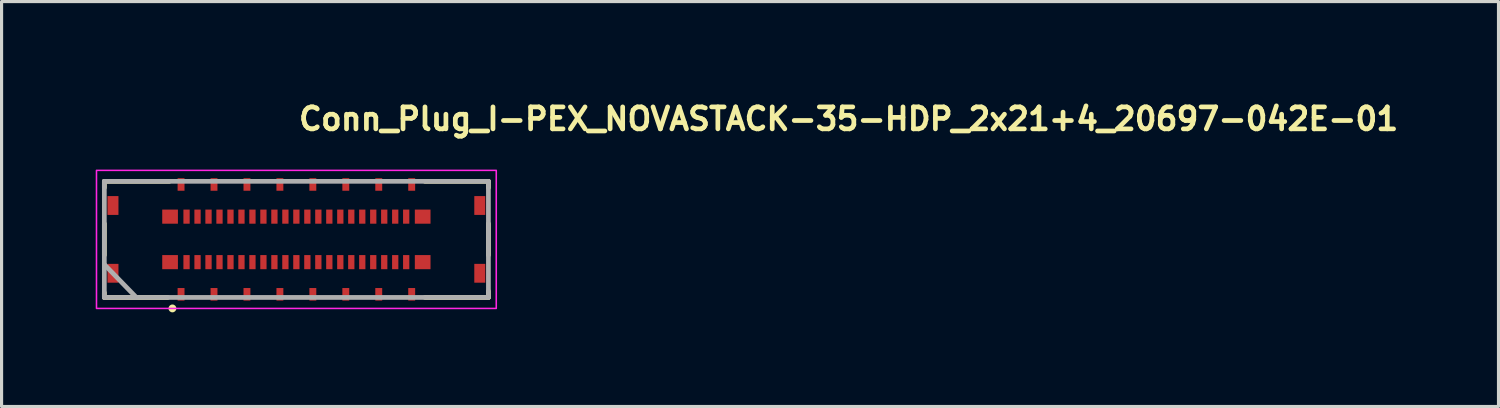
<source format=kicad_pcb>
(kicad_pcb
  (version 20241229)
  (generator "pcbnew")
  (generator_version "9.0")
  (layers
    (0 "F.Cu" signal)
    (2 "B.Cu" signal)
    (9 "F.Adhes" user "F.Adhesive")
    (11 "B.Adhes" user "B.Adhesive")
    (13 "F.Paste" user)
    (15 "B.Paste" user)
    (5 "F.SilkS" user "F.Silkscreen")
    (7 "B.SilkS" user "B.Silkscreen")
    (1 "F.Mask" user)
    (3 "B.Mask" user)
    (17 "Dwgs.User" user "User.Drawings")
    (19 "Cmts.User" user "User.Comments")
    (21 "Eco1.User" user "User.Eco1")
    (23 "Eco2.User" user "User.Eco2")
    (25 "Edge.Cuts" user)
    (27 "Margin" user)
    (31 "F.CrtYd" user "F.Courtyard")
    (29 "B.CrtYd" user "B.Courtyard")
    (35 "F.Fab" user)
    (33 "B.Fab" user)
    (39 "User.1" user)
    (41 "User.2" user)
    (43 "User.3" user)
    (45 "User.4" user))
  (footprint "Conn_Plug_I-PEX_NOVASTACK-35-HDP_2x21+4_20697-042E-01"
    (layer "F.Cu")
    (at 6.395 4.579)
    (property "Reference" "Conn_Plug_I-PEX_NOVASTACK-35-HDP_2x21+4_20697-042E-01" (at 0 -3.429 0) (layer "F.SilkS") (effects (font (size 0.7 0.7) (thickness 0.15)) (justify left bottom)))
    (attr smd)
    (fp_line (start -6.12 -1.85) (end -6.12 -1.65) (stroke (width 0.15) (type solid)) (layer "F.SilkS"))
    (fp_line (start -6.12 -0.5) (end -6.12 0.5) (stroke (width 0.15) (type solid)) (layer "F.SilkS"))
    (fp_line (start -6.12 1.7) (end -6.12 1.85) (stroke (width 0.15) (type solid)) (layer "F.SilkS"))
    (fp_line (start -6.12 1.85) (end -4.1 1.85) (stroke (width 0.15) (type solid)) (layer "F.SilkS"))
    (fp_line (start -4.05 -1.85) (end -6.12 -1.85) (stroke (width 0.15) (type solid)) (layer "F.SilkS"))
    (fp_line (start 4.1 -1.85) (end 6.12 -1.85) (stroke (width 0.15) (type solid)) (layer "F.SilkS"))
    (fp_line (start 4.1 1.85) (end 6.12 1.85) (stroke (width 0.15) (type solid)) (layer "F.SilkS"))
    (fp_line (start 6.12 -1.85) (end 6.12 -1.65) (stroke (width 0.15) (type solid)) (layer "F.SilkS"))
    (fp_line (start 6.12 -0.5) (end 6.12 0.5) (stroke (width 0.15) (type solid)) (layer "F.SilkS"))
    (fp_line (start 6.12 1.85) (end 6.12 1.65) (stroke (width 0.15) (type solid)) (layer "F.SilkS"))
    (fp_circle (center -3.95 2.2) (end -3.9 2.2) (stroke (width 0.15) (type solid)) (fill yes) (layer "F.SilkS"))
    (fp_poly (pts (xy -4.275 -0.875) (xy -3.775 -0.875) (xy -3.775 -0.575) (xy -4.275 -0.575)) (stroke (width 0.01) (type solid)) (fill yes) (layer "F.Paste"))
    (fp_poly (pts (xy -4.275 0.575) (xy -3.775 0.575) (xy -3.775 0.875) (xy -4.275 0.875)) (stroke (width 0.01) (type solid)) (fill yes) (layer "F.Paste"))
    (fp_poly (pts (xy -3.6 -0.875) (xy -3.4 -0.875) (xy -3.4 -0.575) (xy -3.6 -0.575)) (stroke (width 0.01) (type solid)) (fill yes) (layer "F.Paste"))
    (fp_poly (pts (xy -3.6 0.575) (xy -3.4 0.575) (xy -3.4 0.875) (xy -3.6 0.875)) (stroke (width 0.01) (type solid)) (fill yes) (layer "F.Paste"))
    (fp_poly (pts (xy -3.25 -0.875) (xy -3.05 -0.875) (xy -3.05 -0.575) (xy -3.25 -0.575)) (stroke (width 0.01) (type solid)) (fill yes) (layer "F.Paste"))
    (fp_poly (pts (xy -3.25 0.575) (xy -3.05 0.575) (xy -3.05 0.875) (xy -3.25 0.875)) (stroke (width 0.01) (type solid)) (fill yes) (layer "F.Paste"))
    (fp_poly (pts (xy -2.9 -0.875) (xy -2.7 -0.875) (xy -2.7 -0.575) (xy -2.9 -0.575)) (stroke (width 0.01) (type solid)) (fill yes) (layer "F.Paste"))
    (fp_poly (pts (xy -2.9 0.575) (xy -2.7 0.575) (xy -2.7 0.875) (xy -2.9 0.875)) (stroke (width 0.01) (type solid)) (fill yes) (layer "F.Paste"))
    (fp_poly (pts (xy -2.55 -0.875) (xy -2.35 -0.875) (xy -2.35 -0.575) (xy -2.55 -0.575)) (stroke (width 0.01) (type solid)) (fill yes) (layer "F.Paste"))
    (fp_poly (pts (xy -2.55 0.575) (xy -2.35 0.575) (xy -2.35 0.875) (xy -2.55 0.875)) (stroke (width 0.01) (type solid)) (fill yes) (layer "F.Paste"))
    (fp_poly (pts (xy -2.2 -0.875) (xy -2 -0.875) (xy -2 -0.575) (xy -2.2 -0.575)) (stroke (width 0.01) (type solid)) (fill yes) (layer "F.Paste"))
    (fp_poly (pts (xy -2.2 0.575) (xy -2 0.575) (xy -2 0.875) (xy -2.2 0.875)) (stroke (width 0.01) (type solid)) (fill yes) (layer "F.Paste"))
    (fp_poly (pts (xy -1.85 -0.875) (xy -1.65 -0.875) (xy -1.65 -0.575) (xy -1.85 -0.575)) (stroke (width 0.01) (type solid)) (fill yes) (layer "F.Paste"))
    (fp_poly (pts (xy -1.85 0.575) (xy -1.65 0.575) (xy -1.65 0.875) (xy -1.85 0.875)) (stroke (width 0.01) (type solid)) (fill yes) (layer "F.Paste"))
    (fp_poly (pts (xy -1.5 -0.875) (xy -1.3 -0.875) (xy -1.3 -0.575) (xy -1.5 -0.575)) (stroke (width 0.01) (type solid)) (fill yes) (layer "F.Paste"))
    (fp_poly (pts (xy -1.5 0.575) (xy -1.3 0.575) (xy -1.3 0.875) (xy -1.5 0.875)) (stroke (width 0.01) (type solid)) (fill yes) (layer "F.Paste"))
    (fp_poly (pts (xy -1.15 -0.875) (xy -0.95 -0.875) (xy -0.95 -0.575) (xy -1.15 -0.575)) (stroke (width 0.01) (type solid)) (fill yes) (layer "F.Paste"))
    (fp_poly (pts (xy -1.15 0.575) (xy -0.95 0.575) (xy -0.95 0.875) (xy -1.15 0.875)) (stroke (width 0.01) (type solid)) (fill yes) (layer "F.Paste"))
    (fp_poly (pts (xy -0.8 -0.875) (xy -0.6 -0.875) (xy -0.6 -0.575) (xy -0.8 -0.575)) (stroke (width 0.01) (type solid)) (fill yes) (layer "F.Paste"))
    (fp_poly (pts (xy -0.8 0.575) (xy -0.6 0.575) (xy -0.6 0.875) (xy -0.8 0.875)) (stroke (width 0.01) (type solid)) (fill yes) (layer "F.Paste"))
    (fp_poly (pts (xy -0.45 -0.875) (xy -0.25 -0.875) (xy -0.25 -0.575) (xy -0.45 -0.575)) (stroke (width 0.01) (type solid)) (fill yes) (layer "F.Paste"))
    (fp_poly (pts (xy -0.45 0.575) (xy -0.25 0.575) (xy -0.25 0.875) (xy -0.45 0.875)) (stroke (width 0.01) (type solid)) (fill yes) (layer "F.Paste"))
    (fp_poly (pts (xy -0.1 -0.875) (xy 0.1 -0.875) (xy 0.1 -0.575) (xy -0.1 -0.575)) (stroke (width 0.01) (type solid)) (fill yes) (layer "F.Paste"))
    (fp_poly (pts (xy -0.1 0.575) (xy 0.1 0.575) (xy 0.1 0.875) (xy -0.1 0.875)) (stroke (width 0.01) (type solid)) (fill yes) (layer "F.Paste"))
    (fp_poly (pts (xy 0.25 -0.875) (xy 0.45 -0.875) (xy 0.45 -0.575) (xy 0.25 -0.575)) (stroke (width 0.01) (type solid)) (fill yes) (layer "F.Paste"))
    (fp_poly (pts (xy 0.25 0.575) (xy 0.45 0.575) (xy 0.45 0.875) (xy 0.25 0.875)) (stroke (width 0.01) (type solid)) (fill yes) (layer "F.Paste"))
    (fp_poly (pts (xy 0.6 -0.875) (xy 0.8 -0.875) (xy 0.8 -0.575) (xy 0.6 -0.575)) (stroke (width 0.01) (type solid)) (fill yes) (layer "F.Paste"))
    (fp_poly (pts (xy 0.6 0.575) (xy 0.8 0.575) (xy 0.8 0.875) (xy 0.6 0.875)) (stroke (width 0.01) (type solid)) (fill yes) (layer "F.Paste"))
    (fp_poly (pts (xy 0.95 -0.875) (xy 1.15 -0.875) (xy 1.15 -0.575) (xy 0.95 -0.575)) (stroke (width 0.01) (type solid)) (fill yes) (layer "F.Paste"))
    (fp_poly (pts (xy 0.95 0.575) (xy 1.15 0.575) (xy 1.15 0.875) (xy 0.95 0.875)) (stroke (width 0.01) (type solid)) (fill yes) (layer "F.Paste"))
    (fp_poly (pts (xy 1.3 -0.875) (xy 1.5 -0.875) (xy 1.5 -0.575) (xy 1.3 -0.575)) (stroke (width 0.01) (type solid)) (fill yes) (layer "F.Paste"))
    (fp_poly (pts (xy 1.3 0.575) (xy 1.5 0.575) (xy 1.5 0.875) (xy 1.3 0.875)) (stroke (width 0.01) (type solid)) (fill yes) (layer "F.Paste"))
    (fp_poly (pts (xy 1.65 -0.875) (xy 1.85 -0.875) (xy 1.85 -0.575) (xy 1.65 -0.575)) (stroke (width 0.01) (type solid)) (fill yes) (layer "F.Paste"))
    (fp_poly (pts (xy 1.65 0.575) (xy 1.85 0.575) (xy 1.85 0.875) (xy 1.65 0.875)) (stroke (width 0.01) (type solid)) (fill yes) (layer "F.Paste"))
    (fp_poly (pts (xy 2 -0.875) (xy 2.2 -0.875) (xy 2.2 -0.575) (xy 2 -0.575)) (stroke (width 0.01) (type solid)) (fill yes) (layer "F.Paste"))
    (fp_poly (pts (xy 2 0.575) (xy 2.2 0.575) (xy 2.2 0.875) (xy 2 0.875)) (stroke (width 0.01) (type solid)) (fill yes) (layer "F.Paste"))
    (fp_poly (pts (xy 2.35 -0.875) (xy 2.55 -0.875) (xy 2.55 -0.575) (xy 2.35 -0.575)) (stroke (width 0.01) (type solid)) (fill yes) (layer "F.Paste"))
    (fp_poly (pts (xy 2.35 0.575) (xy 2.55 0.575) (xy 2.55 0.875) (xy 2.35 0.875)) (stroke (width 0.01) (type solid)) (fill yes) (layer "F.Paste"))
    (fp_poly (pts (xy 2.7 -0.875) (xy 2.9 -0.875) (xy 2.9 -0.575) (xy 2.7 -0.575)) (stroke (width 0.01) (type solid)) (fill yes) (layer "F.Paste"))
    (fp_poly (pts (xy 2.7 0.575) (xy 2.9 0.575) (xy 2.9 0.875) (xy 2.7 0.875)) (stroke (width 0.01) (type solid)) (fill yes) (layer "F.Paste"))
    (fp_poly (pts (xy 3.05 -0.875) (xy 3.25 -0.875) (xy 3.25 -0.575) (xy 3.05 -0.575)) (stroke (width 0.01) (type solid)) (fill yes) (layer "F.Paste"))
    (fp_poly (pts (xy 3.05 0.575) (xy 3.25 0.575) (xy 3.25 0.875) (xy 3.05 0.875)) (stroke (width 0.01) (type solid)) (fill yes) (layer "F.Paste"))
    (fp_poly (pts (xy 3.4 -0.875) (xy 3.6 -0.875) (xy 3.6 -0.575) (xy 3.4 -0.575)) (stroke (width 0.01) (type solid)) (fill yes) (layer "F.Paste"))
    (fp_poly (pts (xy 3.4 0.575) (xy 3.6 0.575) (xy 3.6 0.875) (xy 3.4 0.875)) (stroke (width 0.01) (type solid)) (fill yes) (layer "F.Paste"))
    (fp_poly (pts (xy 3.775 -0.875) (xy 4.275 -0.875) (xy 4.275 -0.575) (xy 3.775 -0.575)) (stroke (width 0.01) (type solid)) (fill yes) (layer "F.Paste"))
    (fp_poly (pts (xy 3.775 0.575) (xy 4.275 0.575) (xy 4.275 0.875) (xy 3.775 0.875)) (stroke (width 0.01) (type solid)) (fill yes) (layer "F.Paste"))
    (fp_rect (start -6.37 -2.2) (end 6.37 2.2) (stroke (width 0.05) (type solid)) (fill no) (layer "F.CrtYd"))
    (fp_line (start -6.12 -1.85) (end 6.12 -1.85) (stroke (width 0.15) (type solid)) (layer "F.Fab"))
    (fp_line (start -6.12 1.85) (end -6.12 -1.85) (stroke (width 0.15) (type solid)) (layer "F.Fab"))
    (fp_line (start -5.1 1.85) (end -6.12 0.8) (stroke (width 0.15) (type solid)) (layer "F.Fab"))
    (fp_line (start 6.12 -1.85) (end 6.12 1.85) (stroke (width 0.15) (type solid)) (layer "F.Fab"))
    (fp_line (start 6.12 1.85) (end -6.12 1.85) (stroke (width 0.15) (type solid)) (layer "F.Fab"))
    (fp_rect (start -6.12 -1.85) (end 6.12 1.85) (stroke (width 0.1) (type solid)) (fill no) (layer "User.5"))
    (fp_line (start -6.12 -1.5) (end -6.116 -1.55) (stroke (width 0.02) (type solid)) (layer "User.9"))
    (fp_line (start -6.12 -1.5) (end -6.09 -1.5) (stroke (width 0.02) (type solid)) (layer "User.9"))
    (fp_line (start -6.12 -1.3) (end -6.12 -1.5) (stroke (width 0.02) (type solid)) (layer "User.9"))
    (fp_line (start -6.12 -1.3) (end -6.09 -1.3) (stroke (width 0.02) (type solid)) (layer "User.9"))
    (fp_line (start -6.12 1.3) (end -6.12 -1.3) (stroke (width 0.02) (type solid)) (layer "User.9"))
    (fp_line (start -6.12 1.5) (end -6.12 1.3) (stroke (width 0.02) (type solid)) (layer "User.9"))
    (fp_line (start -6.12 1.5) (end -6.09 1.5) (stroke (width 0.02) (type solid)) (layer "User.9"))
    (fp_line (start -6.116 -1.55) (end -6.106 -1.599) (stroke (width 0.02) (type solid)) (layer "User.9"))
    (fp_line (start -6.116 1.55) (end -6.12 1.5) (stroke (width 0.02) (type solid)) (layer "User.9"))
    (fp_line (start -6.106 -1.599) (end -6.088 -1.645) (stroke (width 0.02) (type solid)) (layer "User.9"))
    (fp_line (start -6.106 1.599) (end -6.116 1.55) (stroke (width 0.02) (type solid)) (layer "User.9"))
    (fp_line (start -6.09 -1.5) (end -6.086 -1.55) (stroke (width 0.02) (type solid)) (layer "User.9"))
    (fp_line (start -6.09 -1.3) (end -6.09 -1.5) (stroke (width 0.02) (type solid)) (layer "User.9"))
    (fp_line (start -6.09 -1.3) (end -5.89 -1.3) (stroke (width 0.02) (type solid)) (layer "User.9"))
    (fp_line (start -6.09 1.3) (end -6.12 1.3) (stroke (width 0.02) (type solid)) (layer "User.9"))
    (fp_line (start -6.09 1.5) (end -6.09 1.3) (stroke (width 0.02) (type solid)) (layer "User.9"))
    (fp_line (start -6.088 -1.645) (end -6.064 -1.689) (stroke (width 0.02) (type solid)) (layer "User.9"))
    (fp_line (start -6.088 1.645) (end -6.106 1.599) (stroke (width 0.02) (type solid)) (layer "User.9"))
    (fp_line (start -6.086 -1.55) (end -6.074 -1.599) (stroke (width 0.02) (type solid)) (layer "User.9"))
    (fp_line (start -6.086 1.55) (end -6.09 1.5) (stroke (width 0.02) (type solid)) (layer "User.9"))
    (fp_line (start -6.074 -1.599) (end -6.055 -1.645) (stroke (width 0.02) (type solid)) (layer "User.9"))
    (fp_line (start -6.074 1.599) (end -6.086 1.55) (stroke (width 0.02) (type solid)) (layer "User.9"))
    (fp_line (start -6.064 -1.689) (end -6.035 -1.729) (stroke (width 0.02) (type solid)) (layer "User.9"))
    (fp_line (start -6.064 1.689) (end -6.088 1.645) (stroke (width 0.02) (type solid)) (layer "User.9"))
    (fp_line (start -6.055 -1.645) (end -6.029 -1.688) (stroke (width 0.02) (type solid)) (layer "User.9"))
    (fp_line (start -6.055 1.645) (end -6.074 1.599) (stroke (width 0.02) (type solid)) (layer "User.9"))
    (fp_line (start -6.045 -1.3) (end -6.045 1.3) (stroke (width 0.02) (type solid)) (layer "User.9"))
    (fp_line (start -6.035 -1.729) (end -5.999 -1.765) (stroke (width 0.02) (type solid)) (layer "User.9"))
    (fp_line (start -6.035 1.729) (end -6.064 1.689) (stroke (width 0.02) (type solid)) (layer "User.9"))
    (fp_line (start -6.029 -1.688) (end -5.996 -1.726) (stroke (width 0.02) (type solid)) (layer "User.9"))
    (fp_line (start -6.029 1.688) (end -6.055 1.645) (stroke (width 0.02) (type solid)) (layer "User.9"))
    (fp_line (start -5.999 -1.765) (end -5.959 -1.794) (stroke (width 0.02) (type solid)) (layer "User.9"))
    (fp_line (start -5.999 1.765) (end -6.035 1.729) (stroke (width 0.02) (type solid)) (layer "User.9"))
    (fp_line (start -5.996 -1.726) (end -5.958 -1.759) (stroke (width 0.02) (type solid)) (layer "User.9"))
    (fp_line (start -5.996 1.726) (end -6.029 1.688) (stroke (width 0.02) (type solid)) (layer "User.9"))
    (fp_line (start -5.97 -0.65) (end -5.97 -1.3) (stroke (width 0.02) (type solid)) (layer "User.9"))
    (fp_line (start -5.97 0.65) (end -5.92 0.7) (stroke (width 0.02) (type solid)) (layer "User.9"))
    (fp_line (start -5.97 0.65) (end -5.77 0.65) (stroke (width 0.02) (type solid)) (layer "User.9"))
    (fp_line (start -5.97 1.3) (end -5.97 0.65) (stroke (width 0.02) (type solid)) (layer "User.9"))
    (fp_line (start -5.959 -1.794) (end -5.915 -1.818) (stroke (width 0.02) (type solid)) (layer "User.9"))
    (fp_line (start -5.959 1.794) (end -5.999 1.765) (stroke (width 0.02) (type solid)) (layer "User.9"))
    (fp_line (start -5.958 -1.759) (end -5.915 -1.785) (stroke (width 0.02) (type solid)) (layer "User.9"))
    (fp_line (start -5.958 1.759) (end -5.996 1.726) (stroke (width 0.02) (type solid)) (layer "User.9"))
    (fp_line (start -5.92 -0.74) (end -5.92 -1.3) (stroke (width 0.02) (type solid)) (layer "User.9"))
    (fp_line (start -5.92 -0.7) (end -5.97 -0.65) (stroke (width 0.02) (type solid)) (layer "User.9"))
    (fp_line (start -5.92 -0.7) (end -5.92 -0.74) (stroke (width 0.02) (type solid)) (layer "User.9"))
    (fp_line (start -5.92 0.7) (end -5.72 0.7) (stroke (width 0.02) (type solid)) (layer "User.9"))
    (fp_line (start -5.92 0.74) (end -5.92 0.7) (stroke (width 0.02) (type solid)) (layer "User.9"))
    (fp_line (start -5.92 0.74) (end -5.89 0.8) (stroke (width 0.02) (type solid)) (layer "User.9"))
    (fp_line (start -5.92 1.3) (end -5.92 0.74) (stroke (width 0.02) (type solid)) (layer "User.9"))
    (fp_line (start -5.915 -1.818) (end -5.869 -1.836) (stroke (width 0.02) (type solid)) (layer "User.9"))
    (fp_line (start -5.915 -1.785) (end -5.869 -1.804) (stroke (width 0.02) (type solid)) (layer "User.9"))
    (fp_line (start -5.915 1.785) (end -5.958 1.759) (stroke (width 0.02) (type solid)) (layer "User.9"))
    (fp_line (start -5.915 1.818) (end -5.959 1.794) (stroke (width 0.02) (type solid)) (layer "User.9"))
    (fp_line (start -5.89 -1.3) (end -5.89 -0.8) (stroke (width 0.02) (type solid)) (layer "User.9"))
    (fp_line (start -5.89 -0.8) (end -5.92 -0.74) (stroke (width 0.02) (type solid)) (layer "User.9"))
    (fp_line (start -5.89 -0.8) (end -5.72 -0.8) (stroke (width 0.02) (type solid)) (layer "User.9"))
    (fp_line (start -5.89 0.8) (end -5.72 0.8) (stroke (width 0.02) (type solid)) (layer "User.9"))
    (fp_line (start -5.89 1.3) (end -6.09 1.3) (stroke (width 0.02) (type solid)) (layer "User.9"))
    (fp_line (start -5.89 1.3) (end -5.89 0.8) (stroke (width 0.02) (type solid)) (layer "User.9"))
    (fp_line (start -5.869 -1.836) (end -5.82 -1.846) (stroke (width 0.02) (type solid)) (layer "User.9"))
    (fp_line (start -5.869 -1.804) (end -5.82 -1.816) (stroke (width 0.02) (type solid)) (layer "User.9"))
    (fp_line (start -5.869 1.804) (end -5.915 1.785) (stroke (width 0.02) (type solid)) (layer "User.9"))
    (fp_line (start -5.869 1.836) (end -5.915 1.818) (stroke (width 0.02) (type solid)) (layer "User.9"))
    (fp_line (start -5.82 -1.846) (end -5.77 -1.85) (stroke (width 0.02) (type solid)) (layer "User.9"))
    (fp_line (start -5.82 -1.816) (end -5.77 -1.82) (stroke (width 0.02) (type solid)) (layer "User.9"))
    (fp_line (start -5.82 1.816) (end -5.869 1.804) (stroke (width 0.02) (type solid)) (layer "User.9"))
    (fp_line (start -5.82 1.846) (end -5.869 1.836) (stroke (width 0.02) (type solid)) (layer "User.9"))
    (fp_line (start -5.77 -1.85) (end -4.856 -1.85) (stroke (width 0.02) (type solid)) (layer "User.9"))
    (fp_line (start -5.77 -1.82) (end -5.77 -1.85) (stroke (width 0.02) (type solid)) (layer "User.9"))
    (fp_line (start -5.77 -0.65) (end -5.97 -0.65) (stroke (width 0.02) (type solid)) (layer "User.9"))
    (fp_line (start -5.77 -0.65) (end -5.72 -0.6) (stroke (width 0.02) (type solid)) (layer "User.9"))
    (fp_line (start -5.77 0.65) (end -5.77 -0.65) (stroke (width 0.02) (type solid)) (layer "User.9"))
    (fp_line (start -5.77 0.65) (end -5.72 0.6) (stroke (width 0.02) (type solid)) (layer "User.9"))
    (fp_line (start -5.77 1.82) (end -5.82 1.816) (stroke (width 0.02) (type solid)) (layer "User.9"))
    (fp_line (start -5.77 1.85) (end -5.82 1.846) (stroke (width 0.02) (type solid)) (layer "User.9"))
    (fp_line (start -5.77 1.85) (end -5.77 1.82) (stroke (width 0.02) (type solid)) (layer "User.9"))
    (fp_line (start -5.72 -1.5) (end -5.716 -1.533) (stroke (width 0.02) (type solid)) (layer "User.9"))
    (fp_line (start -5.72 -1.5) (end -5.716 -1.533) (stroke (width 0.02) (type solid)) (layer "User.9"))
    (fp_line (start -5.72 -1.5) (end -5.66 -1.5) (stroke (width 0.02) (type solid)) (layer "User.9"))
    (fp_line (start -5.72 -0.8) (end -5.72 -1.5) (stroke (width 0.02) (type solid)) (layer "User.9"))
    (fp_line (start -5.72 -0.73) (end -5.66 -0.73) (stroke (width 0.02) (type solid)) (layer "User.9"))
    (fp_line (start -5.72 -0.7) (end -5.92 -0.7) (stroke (width 0.02) (type solid)) (layer "User.9"))
    (fp_line (start -5.72 -0.7) (end -5.72 -0.8) (stroke (width 0.02) (type solid)) (layer "User.9"))
    (fp_line (start -5.72 -0.6) (end -5.72 -0.7) (stroke (width 0.02) (type solid)) (layer "User.9"))
    (fp_line (start -5.72 -0.2) (end -5.22 -0.2) (stroke (width 0.02) (type solid)) (layer "User.9"))
    (fp_line (start -5.72 0.26) (end -5.66 0.32) (stroke (width 0.02) (type solid)) (layer "User.9"))
    (fp_line (start -5.72 0.6) (end -5.72 -0.6) (stroke (width 0.02) (type solid)) (layer "User.9"))
    (fp_line (start -5.72 0.7) (end -5.72 0.6) (stroke (width 0.02) (type solid)) (layer "User.9"))
    (fp_line (start -5.72 0.8) (end -5.72 0.7) (stroke (width 0.02) (type solid)) (layer "User.9"))
    (fp_line (start -5.72 0.8) (end -5.72 1.5) (stroke (width 0.02) (type solid)) (layer "User.9"))
    (fp_line (start -5.72 1.43) (end -5.66 1.43) (stroke (width 0.02) (type solid)) (layer "User.9"))
    (fp_line (start -5.72 1.5) (end -5.716 1.533) (stroke (width 0.02) (type solid)) (layer "User.9"))
    (fp_line (start -5.72 1.5) (end -5.66 1.5) (stroke (width 0.02) (type solid)) (layer "User.9"))
    (fp_line (start -5.716 -1.533) (end -5.705 -1.565) (stroke (width 0.02) (type solid)) (layer "User.9"))
    (fp_line (start -5.716 -1.533) (end -5.705 -1.565) (stroke (width 0.02) (type solid)) (layer "User.9"))
    (fp_line (start -5.716 1.533) (end -5.705 1.565) (stroke (width 0.02) (type solid)) (layer "User.9"))
    (fp_line (start -5.705 -1.565) (end -5.687 -1.594) (stroke (width 0.02) (type solid)) (layer "User.9"))
    (fp_line (start -5.705 -1.565) (end -5.687 -1.594) (stroke (width 0.02) (type solid)) (layer "User.9"))
    (fp_line (start -5.705 1.565) (end -5.687 1.594) (stroke (width 0.02) (type solid)) (layer "User.9"))
    (fp_line (start -5.687 -1.594) (end -5.664 -1.617) (stroke (width 0.02) (type solid)) (layer "User.9"))
    (fp_line (start -5.687 -1.594) (end -5.664 -1.617) (stroke (width 0.02) (type solid)) (layer "User.9"))
    (fp_line (start -5.687 1.594) (end -5.664 1.617) (stroke (width 0.02) (type solid)) (layer "User.9"))
    (fp_line (start -5.664 -1.617) (end -5.635 -1.635) (stroke (width 0.02) (type solid)) (layer "User.9"))
    (fp_line (start -5.664 -1.617) (end -5.635 -1.635) (stroke (width 0.02) (type solid)) (layer "User.9"))
    (fp_line (start -5.664 1.617) (end -5.635 1.635) (stroke (width 0.02) (type solid)) (layer "User.9"))
    (fp_line (start -5.66 -1.5) (end -5.657 -1.523) (stroke (width 0.02) (type solid)) (layer "User.9"))
    (fp_line (start -5.66 -1.43) (end -5.72 -1.43) (stroke (width 0.02) (type solid)) (layer "User.9"))
    (fp_line (start -5.66 -1.43) (end -5.66 -1.5) (stroke (width 0.02) (type solid)) (layer "User.9"))
    (fp_line (start -5.66 -0.73) (end -5.66 -1.43) (stroke (width 0.02) (type solid)) (layer "User.9"))
    (fp_line (start -5.66 -0.32) (end -5.72 -0.26) (stroke (width 0.02) (type solid)) (layer "User.9"))
    (fp_line (start -5.66 -0.32) (end -5.66 -0.73) (stroke (width 0.02) (type solid)) (layer "User.9"))
    (fp_line (start -5.66 0.32) (end -5.22 0.32) (stroke (width 0.02) (type solid)) (layer "User.9"))
    (fp_line (start -5.66 0.73) (end -5.72 0.73) (stroke (width 0.02) (type solid)) (layer "User.9"))
    (fp_line (start -5.66 0.73) (end -5.66 0.32) (stroke (width 0.02) (type solid)) (layer "User.9"))
    (fp_line (start -5.66 1.43) (end -5.66 0.73) (stroke (width 0.02) (type solid)) (layer "User.9"))
    (fp_line (start -5.66 1.5) (end -5.66 1.43) (stroke (width 0.02) (type solid)) (layer "User.9"))
    (fp_line (start -5.657 -1.523) (end -5.648 -1.545) (stroke (width 0.02) (type solid)) (layer "User.9"))
    (fp_line (start -5.657 1.523) (end -5.66 1.5) (stroke (width 0.02) (type solid)) (layer "User.9"))
    (fp_line (start -5.648 -1.545) (end -5.634 -1.564) (stroke (width 0.02) (type solid)) (layer "User.9"))
    (fp_line (start -5.648 1.545) (end -5.657 1.523) (stroke (width 0.02) (type solid)) (layer "User.9"))
    (fp_line (start -5.635 -1.635) (end -5.603 -1.646) (stroke (width 0.02) (type solid)) (layer "User.9"))
    (fp_line (start -5.635 -1.635) (end -5.603 -1.646) (stroke (width 0.02) (type solid)) (layer "User.9"))
    (fp_line (start -5.635 1.635) (end -5.603 1.646) (stroke (width 0.02) (type solid)) (layer "User.9"))
    (fp_line (start -5.634 -1.564) (end -5.615 -1.578) (stroke (width 0.02) (type solid)) (layer "User.9"))
    (fp_line (start -5.634 1.564) (end -5.648 1.545) (stroke (width 0.02) (type solid)) (layer "User.9"))
    (fp_line (start -5.615 -1.578) (end -5.593 -1.587) (stroke (width 0.02) (type solid)) (layer "User.9"))
    (fp_line (start -5.615 1.578) (end -5.634 1.564) (stroke (width 0.02) (type solid)) (layer "User.9"))
    (fp_line (start -5.603 -1.646) (end -5.57 -1.65) (stroke (width 0.02) (type solid)) (layer "User.9"))
    (fp_line (start -5.603 -1.646) (end -5.57 -1.65) (stroke (width 0.02) (type solid)) (layer "User.9"))
    (fp_line (start -5.603 1.646) (end -5.57 1.65) (stroke (width 0.02) (type solid)) (layer "User.9"))
    (fp_line (start -5.593 -1.587) (end -5.57 -1.59) (stroke (width 0.02) (type solid)) (layer "User.9"))
    (fp_line (start -5.593 1.587) (end -5.615 1.578) (stroke (width 0.02) (type solid)) (layer "User.9"))
    (fp_line (start -5.57 -1.65) (end -5.57 -1.59) (stroke (width 0.02) (type solid)) (layer "User.9"))
    (fp_line (start -5.57 -1.59) (end -5.435 -1.59) (stroke (width 0.02) (type solid)) (layer "User.9"))
    (fp_line (start -5.57 1.59) (end -5.593 1.587) (stroke (width 0.02) (type solid)) (layer "User.9"))
    (fp_line (start -5.57 1.59) (end -5.57 1.65) (stroke (width 0.02) (type solid)) (layer "User.9"))
    (fp_line (start -5.57 1.65) (end -4.92 1.65) (stroke (width 0.02) (type solid)) (layer "User.9"))
    (fp_line (start -5.435 -1.65) (end -5.435 -1.59) (stroke (width 0.02) (type solid)) (layer "User.9"))
    (fp_line (start -5.435 -1.59) (end -5.435 -1.155) (stroke (width 0.02) (type solid)) (layer "User.9"))
    (fp_line (start -5.435 -1.155) (end -4.835 -0.555) (stroke (width 0.02) (type solid)) (layer "User.9"))
    (fp_line (start -5.435 1.155) (end -5.435 1.59) (stroke (width 0.02) (type solid)) (layer "User.9"))
    (fp_line (start -5.435 1.59) (end -5.57 1.59) (stroke (width 0.02) (type solid)) (layer "User.9"))
    (fp_line (start -5.435 1.59) (end -5.435 1.65) (stroke (width 0.02) (type solid)) (layer "User.9"))
    (fp_line (start -5.22 -0.486) (end -5.22 -0.513) (stroke (width 0.02) (type solid)) (layer "User.9"))
    (fp_line (start -5.22 -0.455) (end -5.22 -0.486) (stroke (width 0.02) (type solid)) (layer "User.9"))
    (fp_line (start -5.22 -0.455) (end -5.187 -0.455) (stroke (width 0.02) (type solid)) (layer "User.9"))
    (fp_line (start -5.22 -0.32) (end -5.66 -0.32) (stroke (width 0.02) (type solid)) (layer "User.9"))
    (fp_line (start -5.22 -0.2) (end -5.22 -0.455) (stroke (width 0.02) (type solid)) (layer "User.9"))
    (fp_line (start -5.22 0.2) (end -5.72 0.2) (stroke (width 0.02) (type solid)) (layer "User.9"))
    (fp_line (start -5.22 0.2) (end -5.22 -0.2) (stroke (width 0.02) (type solid)) (layer "User.9"))
    (fp_line (start -5.22 0.455) (end -5.22 0.2) (stroke (width 0.02) (type solid)) (layer "User.9"))
    (fp_line (start -5.22 0.455) (end -5.22 0.486) (stroke (width 0.02) (type solid)) (layer "User.9"))
    (fp_line (start -5.22 0.486) (end -5.22 0.513) (stroke (width 0.02) (type solid)) (layer "User.9"))
    (fp_line (start -5.22 0.513) (end -5.204 0.53) (stroke (width 0.02) (type solid)) (layer "User.9"))
    (fp_line (start -5.204 -0.53) (end -5.22 -0.513) (stroke (width 0.02) (type solid)) (layer "User.9"))
    (fp_line (start -5.204 0.53) (end -5.184 0.544) (stroke (width 0.02) (type solid)) (layer "User.9"))
    (fp_line (start -5.187 -0.455) (end -5.187 0.455) (stroke (width 0.02) (type solid)) (layer "User.9"))
    (fp_line (start -5.187 -0.455) (end -5.185 -0.475) (stroke (width 0.02) (type solid)) (layer "User.9"))
    (fp_line (start -5.187 -0.455) (end -5.185 -0.455) (stroke (width 0.02) (type solid)) (layer "User.9"))
    (fp_line (start -5.187 0.455) (end -5.22 0.455) (stroke (width 0.02) (type solid)) (layer "User.9"))
    (fp_line (start -5.185 -0.475) (end -5.179 -0.493) (stroke (width 0.02) (type solid)) (layer "User.9"))
    (fp_line (start -5.185 -0.455) (end -5.181 -0.455) (stroke (width 0.02) (type solid)) (layer "User.9"))
    (fp_line (start -5.185 0.455) (end -5.187 0.455) (stroke (width 0.02) (type solid)) (layer "User.9"))
    (fp_line (start -5.185 0.475) (end -5.187 0.455) (stroke (width 0.02) (type solid)) (layer "User.9"))
    (fp_line (start -5.184 -0.544) (end -5.204 -0.53) (stroke (width 0.02) (type solid)) (layer "User.9"))
    (fp_line (start -5.184 0.544) (end -5.161 0.552) (stroke (width 0.02) (type solid)) (layer "User.9"))
    (fp_line (start -5.181 -0.455) (end -5.176 -0.455) (stroke (width 0.02) (type solid)) (layer "User.9"))
    (fp_line (start -5.181 0.455) (end -5.185 0.455) (stroke (width 0.02) (type solid)) (layer "User.9"))
    (fp_line (start -5.179 -0.493) (end -5.17 -0.511) (stroke (width 0.02) (type solid)) (layer "User.9"))
    (fp_line (start -5.179 0.493) (end -5.185 0.475) (stroke (width 0.02) (type solid)) (layer "User.9"))
    (fp_line (start -5.176 -0.455) (end -5.17 -0.455) (stroke (width 0.02) (type solid)) (layer "User.9"))
    (fp_line (start -5.176 0.455) (end -5.181 0.455) (stroke (width 0.02) (type solid)) (layer "User.9"))
    (fp_line (start -5.17 -0.511) (end -5.158 -0.526) (stroke (width 0.02) (type solid)) (layer "User.9"))
    (fp_line (start -5.17 -0.455) (end -5.163 -0.455) (stroke (width 0.02) (type solid)) (layer "User.9"))
    (fp_line (start -5.17 0.455) (end -5.176 0.455) (stroke (width 0.02) (type solid)) (layer "User.9"))
    (fp_line (start -5.17 0.511) (end -5.179 0.493) (stroke (width 0.02) (type solid)) (layer "User.9"))
    (fp_line (start -5.163 -0.455) (end -5.156 -0.455) (stroke (width 0.02) (type solid)) (layer "User.9"))
    (fp_line (start -5.163 0.455) (end -5.17 0.455) (stroke (width 0.02) (type solid)) (layer "User.9"))
    (fp_line (start -5.161 -0.552) (end -5.184 -0.544) (stroke (width 0.02) (type solid)) (layer "User.9"))
    (fp_line (start -5.161 0.552) (end -5.138 0.555) (stroke (width 0.02) (type solid)) (layer "User.9"))
    (fp_line (start -5.158 -0.526) (end -5.143 -0.538) (stroke (width 0.02) (type solid)) (layer "User.9"))
    (fp_line (start -5.158 0.526) (end -5.17 0.511) (stroke (width 0.02) (type solid)) (layer "User.9"))
    (fp_line (start -5.156 -0.455) (end -5.147 -0.455) (stroke (width 0.02) (type solid)) (layer "User.9"))
    (fp_line (start -5.156 0.455) (end -5.163 0.455) (stroke (width 0.02) (type solid)) (layer "User.9"))
    (fp_line (start -5.147 -0.455) (end -5.137 -0.455) (stroke (width 0.02) (type solid)) (layer "User.9"))
    (fp_line (start -5.147 0.455) (end -5.156 0.455) (stroke (width 0.02) (type solid)) (layer "User.9"))
    (fp_line (start -5.143 -0.538) (end -5.126 -0.547) (stroke (width 0.02) (type solid)) (layer "User.9"))
    (fp_line (start -5.143 0.538) (end -5.158 0.526) (stroke (width 0.02) (type solid)) (layer "User.9"))
    (fp_line (start -5.138 -0.555) (end -5.161 -0.552) (stroke (width 0.02) (type solid)) (layer "User.9"))
    (fp_line (start -5.138 -0.555) (end -5.07 -0.555) (stroke (width 0.02) (type solid)) (layer "User.9"))
    (fp_line (start -5.138 0.555) (end -5.088 0.555) (stroke (width 0.02) (type solid)) (layer "User.9"))
    (fp_line (start -5.137 -0.455) (end -5.127 -0.455) (stroke (width 0.02) (type solid)) (layer "User.9"))
    (fp_line (start -5.137 0.455) (end -5.147 0.455) (stroke (width 0.02) (type solid)) (layer "User.9"))
    (fp_line (start -5.127 -0.455) (end -5.117 -0.455) (stroke (width 0.02) (type solid)) (layer "User.9"))
    (fp_line (start -5.127 0.455) (end -5.137 0.455) (stroke (width 0.02) (type solid)) (layer "User.9"))
    (fp_line (start -5.126 -0.547) (end -5.107 -0.553) (stroke (width 0.02) (type solid)) (layer "User.9"))
    (fp_line (start -5.126 0.547) (end -5.143 0.538) (stroke (width 0.02) (type solid)) (layer "User.9"))
    (fp_line (start -5.117 -0.455) (end -5.105 -0.455) (stroke (width 0.02) (type solid)) (layer "User.9"))
    (fp_line (start -5.117 0.455) (end -5.127 0.455) (stroke (width 0.02) (type solid)) (layer "User.9"))
    (fp_line (start -5.107 -0.553) (end -5.088 -0.555) (stroke (width 0.02) (type solid)) (layer "User.9"))
    (fp_line (start -5.107 0.553) (end -5.126 0.547) (stroke (width 0.02) (type solid)) (layer "User.9"))
    (fp_line (start -5.105 -0.455) (end -5.094 -0.455) (stroke (width 0.02) (type solid)) (layer "User.9"))
    (fp_line (start -5.105 0.455) (end -5.117 0.455) (stroke (width 0.02) (type solid)) (layer "User.9"))
    (fp_line (start -5.094 -0.455) (end -5.082 -0.455) (stroke (width 0.02) (type solid)) (layer "User.9"))
    (fp_line (start -5.094 0.455) (end -5.105 0.455) (stroke (width 0.02) (type solid)) (layer "User.9"))
    (fp_line (start -5.088 -0.555) (end -5.138 -0.555) (stroke (width 0.02) (type solid)) (layer "User.9"))
    (fp_line (start -5.088 0.555) (end -5.107 0.553) (stroke (width 0.02) (type solid)) (layer "User.9"))
    (fp_line (start -5.088 0.555) (end -5.086 0.555) (stroke (width 0.02) (type solid)) (layer "User.9"))
    (fp_line (start -5.086 -0.555) (end -5.088 -0.555) (stroke (width 0.02) (type solid)) (layer "User.9"))
    (fp_line (start -5.086 0.555) (end -5.082 0.555) (stroke (width 0.02) (type solid)) (layer "User.9"))
    (fp_line (start -5.082 -0.555) (end -5.086 -0.555) (stroke (width 0.02) (type solid)) (layer "User.9"))
    (fp_line (start -5.082 -0.455) (end -5.07 -0.455) (stroke (width 0.02) (type solid)) (layer "User.9"))
    (fp_line (start -5.082 0.455) (end -5.094 0.455) (stroke (width 0.02) (type solid)) (layer "User.9"))
    (fp_line (start -5.082 0.555) (end -5.07 0.555) (stroke (width 0.02) (type solid)) (layer "User.9"))
    (fp_line (start -5.07 -0.555) (end -5.082 -0.555) (stroke (width 0.02) (type solid)) (layer "User.9"))
    (fp_line (start -5.07 -0.555) (end -5.07 -0.554) (stroke (width 0.02) (type solid)) (layer "User.9"))
    (fp_line (start -5.07 -0.554) (end -5.07 -0.552) (stroke (width 0.02) (type solid)) (layer "User.9"))
    (fp_line (start -5.07 -0.552) (end -5.07 -0.549) (stroke (width 0.02) (type solid)) (layer "User.9"))
    (fp_line (start -5.07 -0.549) (end -5.07 -0.545) (stroke (width 0.02) (type solid)) (layer "User.9"))
    (fp_line (start -5.07 -0.545) (end -5.07 -0.54) (stroke (width 0.02) (type solid)) (layer "User.9"))
    (fp_line (start -5.07 -0.54) (end -5.07 -0.533) (stroke (width 0.02) (type solid)) (layer "User.9"))
    (fp_line (start -5.07 -0.533) (end -5.07 -0.526) (stroke (width 0.02) (type solid)) (layer "User.9"))
    (fp_line (start -5.07 -0.526) (end -5.07 -0.517) (stroke (width 0.02) (type solid)) (layer "User.9"))
    (fp_line (start -5.07 -0.517) (end -5.07 -0.508) (stroke (width 0.02) (type solid)) (layer "User.9"))
    (fp_line (start -5.07 -0.508) (end -5.07 -0.498) (stroke (width 0.02) (type solid)) (layer "User.9"))
    (fp_line (start -5.07 -0.498) (end -5.07 -0.488) (stroke (width 0.02) (type solid)) (layer "User.9"))
    (fp_line (start -5.07 -0.488) (end -5.07 -0.477) (stroke (width 0.02) (type solid)) (layer "User.9"))
    (fp_line (start -5.07 -0.477) (end -5.07 -0.466) (stroke (width 0.02) (type solid)) (layer "User.9"))
    (fp_line (start -5.07 -0.466) (end -5.07 -0.455) (stroke (width 0.02) (type solid)) (layer "User.9"))
    (fp_line (start -5.07 -0.455) (end 5.07 -0.455) (stroke (width 0.02) (type solid)) (layer "User.9"))
    (fp_line (start -5.07 0.455) (end -5.082 0.455) (stroke (width 0.02) (type solid)) (layer "User.9"))
    (fp_line (start -5.07 0.455) (end -5.07 -0.455) (stroke (width 0.02) (type solid)) (layer "User.9"))
    (fp_line (start -5.07 0.455) (end -5.07 0.466) (stroke (width 0.02) (type solid)) (layer "User.9"))
    (fp_line (start -5.07 0.466) (end -5.07 0.477) (stroke (width 0.02) (type solid)) (layer "User.9"))
    (fp_line (start -5.07 0.477) (end -5.07 0.488) (stroke (width 0.02) (type solid)) (layer "User.9"))
    (fp_line (start -5.07 0.488) (end -5.07 0.498) (stroke (width 0.02) (type solid)) (layer "User.9"))
    (fp_line (start -5.07 0.498) (end -5.07 0.508) (stroke (width 0.02) (type solid)) (layer "User.9"))
    (fp_line (start -5.07 0.508) (end -5.07 0.517) (stroke (width 0.02) (type solid)) (layer "User.9"))
    (fp_line (start -5.07 0.517) (end -5.07 0.526) (stroke (width 0.02) (type solid)) (layer "User.9"))
    (fp_line (start -5.07 0.526) (end -5.07 0.533) (stroke (width 0.02) (type solid)) (layer "User.9"))
    (fp_line (start -5.07 0.533) (end -5.07 0.54) (stroke (width 0.02) (type solid)) (layer "User.9"))
    (fp_line (start -5.07 0.54) (end -5.07 0.545) (stroke (width 0.02) (type solid)) (layer "User.9"))
    (fp_line (start -5.07 0.545) (end -5.07 0.549) (stroke (width 0.02) (type solid)) (layer "User.9"))
    (fp_line (start -5.07 0.549) (end -5.07 0.552) (stroke (width 0.02) (type solid)) (layer "User.9"))
    (fp_line (start -5.07 0.552) (end -5.07 0.554) (stroke (width 0.02) (type solid)) (layer "User.9"))
    (fp_line (start -5.07 0.554) (end -5.07 0.555) (stroke (width 0.02) (type solid)) (layer "User.9"))
    (fp_line (start -5.07 0.555) (end -5.138 0.555) (stroke (width 0.02) (type solid)) (layer "User.9"))
    (fp_line (start -5.07 0.555) (end 5.07 0.555) (stroke (width 0.02) (type solid)) (layer "User.9"))
    (fp_line (start -4.92 -1.82) (end -5.77 -1.82) (stroke (width 0.02) (type solid)) (layer "User.9"))
    (fp_line (start -4.92 -1.65) (end -5.57 -1.65) (stroke (width 0.02) (type solid)) (layer "User.9"))
    (fp_line (start -4.92 -1.65) (end -4.92 -1.82) (stroke (width 0.02) (type solid)) (layer "User.9"))
    (fp_line (start -4.92 1.65) (end -4.92 1.82) (stroke (width 0.02) (type solid)) (layer "User.9"))
    (fp_line (start -4.92 1.65) (end -4.77 1.65) (stroke (width 0.02) (type solid)) (layer "User.9"))
    (fp_line (start -4.92 1.82) (end -5.77 1.82) (stroke (width 0.02) (type solid)) (layer "User.9"))
    (fp_line (start -4.92 1.82) (end -4.856 1.85) (stroke (width 0.02) (type solid)) (layer "User.9"))
    (fp_line (start -4.856 -1.85) (end -4.92 -1.82) (stroke (width 0.02) (type solid)) (layer "User.9"))
    (fp_line (start -4.856 -1.85) (end -4.77 -1.85) (stroke (width 0.02) (type solid)) (layer "User.9"))
    (fp_line (start -4.856 1.85) (end -5.77 1.85) (stroke (width 0.02) (type solid)) (layer "User.9"))
    (fp_line (start -4.835 0.555) (end -5.435 1.155) (stroke (width 0.02) (type solid)) (layer "User.9"))
    (fp_line (start -4.77 -1.85) (end -4.77 -1.75) (stroke (width 0.02) (type solid)) (layer "User.9"))
    (fp_line (start -4.77 -1.85) (end 4.77 -1.85) (stroke (width 0.02) (type solid)) (layer "User.9"))
    (fp_line (start -4.77 -1.75) (end -4.77 -1.65) (stroke (width 0.02) (type solid)) (layer "User.9"))
    (fp_line (start -4.77 -1.75) (end 4.77 -1.75) (stroke (width 0.02) (type solid)) (layer "User.9"))
    (fp_line (start -4.77 -1.65) (end -4.92 -1.65) (stroke (width 0.02) (type solid)) (layer "User.9"))
    (fp_line (start -4.77 1.65) (end -4.77 1.75) (stroke (width 0.02) (type solid)) (layer "User.9"))
    (fp_line (start -4.77 1.65) (end 4.77 1.65) (stroke (width 0.02) (type solid)) (layer "User.9"))
    (fp_line (start -4.77 1.75) (end -4.77 1.85) (stroke (width 0.02) (type solid)) (layer "User.9"))
    (fp_line (start -4.77 1.85) (end -4.856 1.85) (stroke (width 0.02) (type solid)) (layer "User.9"))
    (fp_line (start -4.77 1.85) (end 4.77 1.85) (stroke (width 0.02) (type solid)) (layer "User.9"))
    (fp_line (start -4.58 -0.425) (end -4.58 0.425) (stroke (width 0.02) (type solid)) (layer "User.9"))
    (fp_line (start -4.58 -0.425) (end -4.579 -0.423) (stroke (width 0.02) (type solid)) (layer "User.9"))
    (fp_line (start -4.58 0.425) (end 4.58 0.425) (stroke (width 0.02) (type solid)) (layer "User.9"))
    (fp_line (start -4.579 -0.423) (end -4.55 -0.387) (stroke (width 0.02) (type solid)) (layer "User.9"))
    (fp_line (start -4.579 0.423) (end -4.58 0.425) (stroke (width 0.02) (type solid)) (layer "User.9"))
    (fp_line (start -4.551 0.389) (end -4.579 0.423) (stroke (width 0.02) (type solid)) (layer "User.9"))
    (fp_line (start -4.55 -0.387) (end -4.528 -0.358) (stroke (width 0.02) (type solid)) (layer "User.9"))
    (fp_line (start -4.529 0.36) (end -4.551 0.389) (stroke (width 0.02) (type solid)) (layer "User.9"))
    (fp_line (start -4.528 -0.358) (end -4.518 -0.341) (stroke (width 0.02) (type solid)) (layer "User.9"))
    (fp_line (start -4.518 -0.341) (end -4.515 -0.332) (stroke (width 0.02) (type solid)) (layer "User.9"))
    (fp_line (start -4.518 0.342) (end -4.529 0.36) (stroke (width 0.02) (type solid)) (layer "User.9"))
    (fp_line (start -4.515 -0.332) (end -4.515 -0.331) (stroke (width 0.02) (type solid)) (layer "User.9"))
    (fp_line (start -4.515 -0.331) (end -4.515 -0.33) (stroke (width 0.02) (type solid)) (layer "User.9"))
    (fp_line (start -4.515 -0.33) (end -4.515 -0.33) (stroke (width 0.02) (type solid)) (layer "User.9"))
    (fp_line (start -4.515 -0.33) (end -4.515 -0.329) (stroke (width 0.02) (type solid)) (layer "User.9"))
    (fp_line (start -4.515 -0.329) (end -4.515 -0.328) (stroke (width 0.02) (type solid)) (layer "User.9"))
    (fp_line (start -4.515 -0.328) (end -4.515 -0.328) (stroke (width 0.02) (type solid)) (layer "User.9"))
    (fp_line (start -4.515 -0.328) (end -4.515 -0.327) (stroke (width 0.02) (type solid)) (layer "User.9"))
    (fp_line (start -4.515 -0.327) (end -4.515 -0.327) (stroke (width 0.02) (type solid)) (layer "User.9"))
    (fp_line (start -4.515 -0.327) (end -4.515 -0.326) (stroke (width 0.02) (type solid)) (layer "User.9"))
    (fp_line (start -4.515 -0.326) (end -4.515 -0.326) (stroke (width 0.02) (type solid)) (layer "User.9"))
    (fp_line (start -4.515 -0.326) (end -4.515 -0.326) (stroke (width 0.02) (type solid)) (layer "User.9"))
    (fp_line (start -4.515 -0.326) (end -4.515 -0.325) (stroke (width 0.02) (type solid)) (layer "User.9"))
    (fp_line (start -4.515 -0.325) (end -4.515 -0.325) (stroke (width 0.02) (type solid)) (layer "User.9"))
    (fp_line (start -4.515 -0.325) (end -4.515 -0.325) (stroke (width 0.02) (type solid)) (layer "User.9"))
    (fp_line (start -4.515 -0.325) (end -4.515 -0.325) (stroke (width 0.02) (type solid)) (layer "User.9"))
    (fp_line (start -4.515 -0.325) (end -4.515 0.325) (stroke (width 0.02) (type solid)) (layer "User.9"))
    (fp_line (start -4.515 -0.325) (end 4.515 -0.325) (stroke (width 0.02) (type solid)) (layer "User.9"))
    (fp_line (start -4.515 0.325) (end -4.515 0.325) (stroke (width 0.02) (type solid)) (layer "User.9"))
    (fp_line (start -4.515 0.325) (end -4.515 0.325) (stroke (width 0.02) (type solid)) (layer "User.9"))
    (fp_line (start -4.515 0.325) (end -4.515 0.325) (stroke (width 0.02) (type solid)) (layer "User.9"))
    (fp_line (start -4.515 0.325) (end -4.515 0.326) (stroke (width 0.02) (type solid)) (layer "User.9"))
    (fp_line (start -4.515 0.326) (end -4.515 0.326) (stroke (width 0.02) (type solid)) (layer "User.9"))
    (fp_line (start -4.515 0.326) (end -4.515 0.326) (stroke (width 0.02) (type solid)) (layer "User.9"))
    (fp_line (start -4.515 0.326) (end -4.515 0.327) (stroke (width 0.02) (type solid)) (layer "User.9"))
    (fp_line (start -4.515 0.327) (end -4.515 0.327) (stroke (width 0.02) (type solid)) (layer "User.9"))
    (fp_line (start -4.515 0.327) (end -4.515 0.328) (stroke (width 0.02) (type solid)) (layer "User.9"))
    (fp_line (start -4.515 0.328) (end -4.515 0.328) (stroke (width 0.02) (type solid)) (layer "User.9"))
    (fp_line (start -4.515 0.328) (end -4.515 0.329) (stroke (width 0.02) (type solid)) (layer "User.9"))
    (fp_line (start -4.515 0.329) (end -4.515 0.33) (stroke (width 0.02) (type solid)) (layer "User.9"))
    (fp_line (start -4.515 0.33) (end -4.515 0.33) (stroke (width 0.02) (type solid)) (layer "User.9"))
    (fp_line (start -4.515 0.33) (end -4.515 0.331) (stroke (width 0.02) (type solid)) (layer "User.9"))
    (fp_line (start -4.515 0.331) (end -4.518 0.342) (stroke (width 0.02) (type solid)) (layer "User.9"))
    (fp_line (start -4.515 0.331) (end -4.515 -0.331) (stroke (width 0.02) (type solid)) (layer "User.9"))
    (fp_line (start -4.485 0.325) (end -4.445 0.285) (stroke (width 0.02) (type solid)) (layer "User.9"))
    (fp_line (start -4.445 -0.285) (end -4.485 -0.325) (stroke (width 0.02) (type solid)) (layer "User.9"))
    (fp_line (start -4.445 -0.285) (end -4.445 0.285) (stroke (width 0.02) (type solid)) (layer "User.9"))
    (fp_line (start -4.445 -0.285) (end 4.445 -0.285) (stroke (width 0.02) (type solid)) (layer "User.9"))
    (fp_line (start -4.235 -0.75) (end -4.235 -0.555) (stroke (width 0.02) (type solid)) (layer "User.9"))
    (fp_line (start -4.235 -0.75) (end -3.815 -0.75) (stroke (width 0.02) (type solid)) (layer "User.9"))
    (fp_line (start -4.235 0.555) (end -4.235 0.75) (stroke (width 0.02) (type solid)) (layer "User.9"))
    (fp_line (start -4.075 -0.57) (end -4.075 -0.57) (stroke (width 0.02) (type solid)) (layer "User.9"))
    (fp_line (start -4.075 -0.57) (end -4.075 -0.57) (stroke (width 0.02) (type solid)) (layer "User.9"))
    (fp_line (start -4.075 -0.57) (end -4.075 -0.57) (stroke (width 0.02) (type solid)) (layer "User.9"))
    (fp_line (start -4.075 -0.57) (end -4.075 -0.569) (stroke (width 0.02) (type solid)) (layer "User.9"))
    (fp_line (start -4.075 -0.569) (end -4.075 -0.569) (stroke (width 0.02) (type solid)) (layer "User.9"))
    (fp_line (start -4.075 -0.569) (end -4.075 -0.569) (stroke (width 0.02) (type solid)) (layer "User.9"))
    (fp_line (start -4.075 -0.569) (end -4.075 -0.568) (stroke (width 0.02) (type solid)) (layer "User.9"))
    (fp_line (start -4.075 -0.568) (end -4.075 -0.567) (stroke (width 0.02) (type solid)) (layer "User.9"))
    (fp_line (start -4.075 -0.567) (end -4.075 -0.567) (stroke (width 0.02) (type solid)) (layer "User.9"))
    (fp_line (start -4.075 -0.567) (end -4.075 -0.566) (stroke (width 0.02) (type solid)) (layer "User.9"))
    (fp_line (start -4.075 -0.566) (end -4.075 -0.565) (stroke (width 0.02) (type solid)) (layer "User.9"))
    (fp_line (start -4.075 -0.565) (end -4.075 -0.564) (stroke (width 0.02) (type solid)) (layer "User.9"))
    (fp_line (start -4.075 -0.564) (end -4.075 -0.564) (stroke (width 0.02) (type solid)) (layer "User.9"))
    (fp_line (start -4.075 -0.564) (end -4.075 -0.562) (stroke (width 0.02) (type solid)) (layer "User.9"))
    (fp_line (start -4.075 -0.562) (end -3.975 -0.562) (stroke (width 0.02) (type solid)) (layer "User.9"))
    (fp_line (start -4.075 -0.561) (end -4.075 -0.562) (stroke (width 0.02) (type solid)) (layer "User.9"))
    (fp_line (start -4.075 -0.561) (end -4.075 -0.561) (stroke (width 0.02) (type solid)) (layer "User.9"))
    (fp_line (start -4.075 -0.56) (end -4.075 -0.561) (stroke (width 0.02) (type solid)) (layer "User.9"))
    (fp_line (start -4.075 -0.559) (end -4.075 -0.56) (stroke (width 0.02) (type solid)) (layer "User.9"))
    (fp_line (start -4.075 -0.558) (end -4.075 -0.559) (stroke (width 0.02) (type solid)) (layer "User.9"))
    (fp_line (start -4.075 -0.558) (end -4.075 -0.558) (stroke (width 0.02) (type solid)) (layer "User.9"))
    (fp_line (start -4.075 -0.557) (end -4.075 -0.558) (stroke (width 0.02) (type solid)) (layer "User.9"))
    (fp_line (start -4.075 -0.556) (end -4.075 -0.557) (stroke (width 0.02) (type solid)) (layer "User.9"))
    (fp_line (start -4.075 -0.556) (end -4.075 -0.556) (stroke (width 0.02) (type solid)) (layer "User.9"))
    (fp_line (start -4.075 -0.556) (end -4.075 -0.556) (stroke (width 0.02) (type solid)) (layer "User.9"))
    (fp_line (start -4.075 -0.555) (end -4.075 -0.556) (stroke (width 0.02) (type solid)) (layer "User.9"))
    (fp_line (start -4.075 -0.555) (end -4.075 -0.555) (stroke (width 0.02) (type solid)) (layer "User.9"))
    (fp_line (start -4.075 -0.555) (end -4.075 -0.555) (stroke (width 0.02) (type solid)) (layer "User.9"))
    (fp_line (start -4.075 -0.555) (end -4.075 -0.555) (stroke (width 0.02) (type solid)) (layer "User.9"))
    (fp_line (start -4.075 0.555) (end -4.075 0.555) (stroke (width 0.02) (type solid)) (layer "User.9"))
    (fp_line (start -4.075 0.555) (end -4.075 0.555) (stroke (width 0.02) (type solid)) (layer "User.9"))
    (fp_line (start -4.075 0.555) (end -4.075 0.555) (stroke (width 0.02) (type solid)) (layer "User.9"))
    (fp_line (start -4.075 0.556) (end -4.075 0.555) (stroke (width 0.02) (type solid)) (layer "User.9"))
    (fp_line (start -4.075 0.556) (end -4.075 0.556) (stroke (width 0.02) (type solid)) (layer "User.9"))
    (fp_line (start -4.075 0.556) (end -4.075 0.556) (stroke (width 0.02) (type solid)) (layer "User.9"))
    (fp_line (start -4.075 0.557) (end -4.075 0.556) (stroke (width 0.02) (type solid)) (layer "User.9"))
    (fp_line (start -4.075 0.558) (end -4.075 0.557) (stroke (width 0.02) (type solid)) (layer "User.9"))
    (fp_line (start -4.075 0.558) (end -4.075 0.558) (stroke (width 0.02) (type solid)) (layer "User.9"))
    (fp_line (start -4.075 0.559) (end -4.075 0.558) (stroke (width 0.02) (type solid)) (layer "User.9"))
    (fp_line (start -4.075 0.56) (end -4.075 0.559) (stroke (width 0.02) (type solid)) (layer "User.9"))
    (fp_line (start -4.075 0.561) (end -4.075 0.56) (stroke (width 0.02) (type solid)) (layer "User.9"))
    (fp_line (start -4.075 0.561) (end -4.075 0.561) (stroke (width 0.02) (type solid)) (layer "User.9"))
    (fp_line (start -4.075 0.562) (end -4.075 0.561) (stroke (width 0.02) (type solid)) (layer "User.9"))
    (fp_line (start -4.075 0.564) (end -4.075 0.562) (stroke (width 0.02) (type solid)) (layer "User.9"))
    (fp_line (start -4.075 0.564) (end -4.075 0.564) (stroke (width 0.02) (type solid)) (layer "User.9"))
    (fp_line (start -4.075 0.565) (end -4.075 0.564) (stroke (width 0.02) (type solid)) (layer "User.9"))
    (fp_line (start -4.075 0.566) (end -4.075 0.565) (stroke (width 0.02) (type solid)) (layer "User.9"))
    (fp_line (start -4.075 0.567) (end -4.075 0.566) (stroke (width 0.02) (type solid)) (layer "User.9"))
    (fp_line (start -4.075 0.567) (end -4.075 0.567) (stroke (width 0.02) (type solid)) (layer "User.9"))
    (fp_line (start -4.075 0.568) (end -4.075 0.567) (stroke (width 0.02) (type solid)) (layer "User.9"))
    (fp_line (start -4.075 0.569) (end -4.075 0.568) (stroke (width 0.02) (type solid)) (layer "User.9"))
    (fp_line (start -4.075 0.569) (end -4.075 0.569) (stroke (width 0.02) (type solid)) (layer "User.9"))
    (fp_line (start -4.075 0.569) (end -4.075 0.569) (stroke (width 0.02) (type solid)) (layer "User.9"))
    (fp_line (start -4.075 0.57) (end -4.075 0.569) (stroke (width 0.02) (type solid)) (layer "User.9"))
    (fp_line (start -4.075 0.57) (end -4.075 0.57) (stroke (width 0.02) (type solid)) (layer "User.9"))
    (fp_line (start -4.075 0.57) (end -4.075 0.57) (stroke (width 0.02) (type solid)) (layer "User.9"))
    (fp_line (start -4.075 0.57) (end -4.075 0.57) (stroke (width 0.02) (type solid)) (layer "User.9"))
    (fp_line (start -4.075 0.57) (end -3.975 0.57) (stroke (width 0.02) (type solid)) (layer "User.9"))
    (fp_line (start -3.975 -0.57) (end -4.075 -0.57) (stroke (width 0.02) (type solid)) (layer "User.9"))
    (fp_line (start -3.975 -0.57) (end -3.975 -0.57) (stroke (width 0.02) (type solid)) (layer "User.9"))
    (fp_line (start -3.975 -0.57) (end -3.975 -0.57) (stroke (width 0.02) (type solid)) (layer "User.9"))
    (fp_line (start -3.975 -0.57) (end -3.975 -0.57) (stroke (width 0.02) (type solid)) (layer "User.9"))
    (fp_line (start -3.975 -0.57) (end -3.975 -0.569) (stroke (width 0.02) (type solid)) (layer "User.9"))
    (fp_line (start -3.975 -0.569) (end -3.975 -0.569) (stroke (width 0.02) (type solid)) (layer "User.9"))
    (fp_line (start -3.975 -0.569) (end -3.975 -0.569) (stroke (width 0.02) (type solid)) (layer "User.9"))
    (fp_line (start -3.975 -0.569) (end -3.975 -0.568) (stroke (width 0.02) (type solid)) (layer "User.9"))
    (fp_line (start -3.975 -0.568) (end -3.975 -0.567) (stroke (width 0.02) (type solid)) (layer "User.9"))
    (fp_line (start -3.975 -0.567) (end -3.975 -0.567) (stroke (width 0.02) (type solid)) (layer "User.9"))
    (fp_line (start -3.975 -0.567) (end -3.975 -0.566) (stroke (width 0.02) (type solid)) (layer "User.9"))
    (fp_line (start -3.975 -0.566) (end -3.975 -0.565) (stroke (width 0.02) (type solid)) (layer "User.9"))
    (fp_line (start -3.975 -0.565) (end -3.975 -0.564) (stroke (width 0.02) (type solid)) (layer "User.9"))
    (fp_line (start -3.975 -0.564) (end -3.975 -0.564) (stroke (width 0.02) (type solid)) (layer "User.9"))
    (fp_line (start -3.975 -0.564) (end -3.975 -0.562) (stroke (width 0.02) (type solid)) (layer "User.9"))
    (fp_line (start -3.975 -0.562) (end -3.975 -0.561) (stroke (width 0.02) (type solid)) (layer "User.9"))
    (fp_line (start -3.975 -0.561) (end -3.975 -0.561) (stroke (width 0.02) (type solid)) (layer "User.9"))
    (fp_line (start -3.975 -0.561) (end -3.975 -0.56) (stroke (width 0.02) (type solid)) (layer "User.9"))
    (fp_line (start -3.975 -0.56) (end -3.975 -0.559) (stroke (width 0.02) (type solid)) (layer "User.9"))
    (fp_line (start -3.975 -0.559) (end -3.975 -0.558) (stroke (width 0.02) (type solid)) (layer "User.9"))
    (fp_line (start -3.975 -0.558) (end -3.975 -0.558) (stroke (width 0.02) (type solid)) (layer "User.9"))
    (fp_line (start -3.975 -0.558) (end -3.975 -0.557) (stroke (width 0.02) (type solid)) (layer "User.9"))
    (fp_line (start -3.975 -0.557) (end -3.975 -0.556) (stroke (width 0.02) (type solid)) (layer "User.9"))
    (fp_line (start -3.975 -0.556) (end -3.975 -0.556) (stroke (width 0.02) (type solid)) (layer "User.9"))
    (fp_line (start -3.975 -0.556) (end -3.975 -0.556) (stroke (width 0.02) (type solid)) (layer "User.9"))
    (fp_line (start -3.975 -0.556) (end -3.975 -0.555) (stroke (width 0.02) (type solid)) (layer "User.9"))
    (fp_line (start -3.975 -0.555) (end -3.975 -0.555) (stroke (width 0.02) (type solid)) (layer "User.9"))
    (fp_line (start -3.975 -0.555) (end -3.975 -0.555) (stroke (width 0.02) (type solid)) (layer "User.9"))
    (fp_line (start -3.975 -0.555) (end -3.975 -0.555) (stroke (width 0.02) (type solid)) (layer "User.9"))
    (fp_line (start -3.975 0.555) (end -3.975 0.555) (stroke (width 0.02) (type solid)) (layer "User.9"))
    (fp_line (start -3.975 0.555) (end -3.975 0.555) (stroke (width 0.02) (type solid)) (layer "User.9"))
    (fp_line (start -3.975 0.555) (end -3.975 0.555) (stroke (width 0.02) (type solid)) (layer "User.9"))
    (fp_line (start -3.975 0.555) (end -3.975 0.556) (stroke (width 0.02) (type solid)) (layer "User.9"))
    (fp_line (start -3.975 0.556) (end -3.975 0.556) (stroke (width 0.02) (type solid)) (layer "User.9"))
    (fp_line (start -3.975 0.556) (end -3.975 0.556) (stroke (width 0.02) (type solid)) (layer "User.9"))
    (fp_line (start -3.975 0.556) (end -3.975 0.557) (stroke (width 0.02) (type solid)) (layer "User.9"))
    (fp_line (start -3.975 0.557) (end -3.975 0.558) (stroke (width 0.02) (type solid)) (layer "User.9"))
    (fp_line (start -3.975 0.558) (end -3.975 0.558) (stroke (width 0.02) (type solid)) (layer "User.9"))
    (fp_line (start -3.975 0.558) (end -3.975 0.559) (stroke (width 0.02) (type solid)) (layer "User.9"))
    (fp_line (start -3.975 0.559) (end -3.975 0.56) (stroke (width 0.02) (type solid)) (layer "User.9"))
    (fp_line (start -3.975 0.56) (end -3.975 0.561) (stroke (width 0.02) (type solid)) (layer "User.9"))
    (fp_line (start -3.975 0.561) (end -3.975 0.561) (stroke (width 0.02) (type solid)) (layer "User.9"))
    (fp_line (start -3.975 0.561) (end -3.975 0.562) (stroke (width 0.02) (type solid)) (layer "User.9"))
    (fp_line (start -3.975 0.562) (end -4.075 0.562) (stroke (width 0.02) (type solid)) (layer "User.9"))
    (fp_line (start -3.975 0.564) (end -3.975 0.562) (stroke (width 0.02) (type solid)) (layer "User.9"))
    (fp_line (start -3.975 0.564) (end -3.975 0.564) (stroke (width 0.02) (type solid)) (layer "User.9"))
    (fp_line (start -3.975 0.565) (end -3.975 0.564) (stroke (width 0.02) (type solid)) (layer "User.9"))
    (fp_line (start -3.975 0.566) (end -3.975 0.565) (stroke (width 0.02) (type solid)) (layer "User.9"))
    (fp_line (start -3.975 0.567) (end -3.975 0.566) (stroke (width 0.02) (type solid)) (layer "User.9"))
    (fp_line (start -3.975 0.567) (end -3.975 0.567) (stroke (width 0.02) (type solid)) (layer "User.9"))
    (fp_line (start -3.975 0.568) (end -3.975 0.567) (stroke (width 0.02) (type solid)) (layer "User.9"))
    (fp_line (start -3.975 0.569) (end -3.975 0.568) (stroke (width 0.02) (type solid)) (layer "User.9"))
    (fp_line (start -3.975 0.569) (end -3.975 0.569) (stroke (width 0.02) (type solid)) (layer "User.9"))
    (fp_line (start -3.975 0.569) (end -3.975 0.569) (stroke (width 0.02) (type solid)) (layer "User.9"))
    (fp_line (start -3.975 0.57) (end -3.975 0.569) (stroke (width 0.02) (type solid)) (layer "User.9"))
    (fp_line (start -3.975 0.57) (end -3.975 0.57) (stroke (width 0.02) (type solid)) (layer "User.9"))
    (fp_line (start -3.975 0.57) (end -3.975 0.57) (stroke (width 0.02) (type solid)) (layer "User.9"))
    (fp_line (start -3.975 0.57) (end -3.975 0.57) (stroke (width 0.02) (type solid)) (layer "User.9"))
    (fp_line (start -3.815 -0.555) (end -3.815 -0.75) (stroke (width 0.02) (type solid)) (layer "User.9"))
    (fp_line (start -3.815 0.75) (end -4.235 0.75) (stroke (width 0.02) (type solid)) (layer "User.9"))
    (fp_line (start -3.815 0.75) (end -3.815 0.555) (stroke (width 0.02) (type solid)) (layer "User.9"))
    (fp_line (start -3.56 -0.555) (end -3.56 -0.75) (stroke (width 0.02) (type solid)) (layer "User.9"))
    (fp_line (start -3.56 0.555) (end -3.56 0.75) (stroke (width 0.02) (type solid)) (layer "User.9"))
    (fp_line (start -3.56 0.75) (end -3.44 0.75) (stroke (width 0.02) (type solid)) (layer "User.9"))
    (fp_line (start -3.44 -0.75) (end -3.56 -0.75) (stroke (width 0.02) (type solid)) (layer "User.9"))
    (fp_line (start -3.44 -0.555) (end -3.44 -0.75) (stroke (width 0.02) (type solid)) (layer "User.9"))
    (fp_line (start -3.44 0.555) (end -3.44 0.75) (stroke (width 0.02) (type solid)) (layer "User.9"))
    (fp_line (start -3.21 -0.555) (end -3.21 -0.75) (stroke (width 0.02) (type solid)) (layer "User.9"))
    (fp_line (start -3.21 0.555) (end -3.21 0.75) (stroke (width 0.02) (type solid)) (layer "User.9"))
    (fp_line (start -3.21 0.75) (end -3.09 0.75) (stroke (width 0.02) (type solid)) (layer "User.9"))
    (fp_line (start -3.09 -0.75) (end -3.21 -0.75) (stroke (width 0.02) (type solid)) (layer "User.9"))
    (fp_line (start -3.09 -0.555) (end -3.09 -0.75) (stroke (width 0.02) (type solid)) (layer "User.9"))
    (fp_line (start -3.09 0.555) (end -3.09 0.75) (stroke (width 0.02) (type solid)) (layer "User.9"))
    (fp_line (start -2.86 -0.555) (end -2.86 -0.75) (stroke (width 0.02) (type solid)) (layer "User.9"))
    (fp_line (start -2.86 0.555) (end -2.86 0.75) (stroke (width 0.02) (type solid)) (layer "User.9"))
    (fp_line (start -2.86 0.75) (end -2.74 0.75) (stroke (width 0.02) (type solid)) (layer "User.9"))
    (fp_line (start -2.74 -0.75) (end -2.86 -0.75) (stroke (width 0.02) (type solid)) (layer "User.9"))
    (fp_line (start -2.74 -0.555) (end -2.74 -0.75) (stroke (width 0.02) (type solid)) (layer "User.9"))
    (fp_line (start -2.74 0.555) (end -2.74 0.75) (stroke (width 0.02) (type solid)) (layer "User.9"))
    (fp_line (start -2.51 -0.555) (end -2.51 -0.75) (stroke (width 0.02) (type solid)) (layer "User.9"))
    (fp_line (start -2.51 0.555) (end -2.51 0.75) (stroke (width 0.02) (type solid)) (layer "User.9"))
    (fp_line (start -2.51 0.75) (end -2.39 0.75) (stroke (width 0.02) (type solid)) (layer "User.9"))
    (fp_line (start -2.39 -0.75) (end -2.51 -0.75) (stroke (width 0.02) (type solid)) (layer "User.9"))
    (fp_line (start -2.39 -0.555) (end -2.39 -0.75) (stroke (width 0.02) (type solid)) (layer "User.9"))
    (fp_line (start -2.39 0.555) (end -2.39 0.75) (stroke (width 0.02) (type solid)) (layer "User.9"))
    (fp_line (start -2.16 -0.555) (end -2.16 -0.75) (stroke (width 0.02) (type solid)) (layer "User.9"))
    (fp_line (start -2.16 0.555) (end -2.16 0.75) (stroke (width 0.02) (type solid)) (layer "User.9"))
    (fp_line (start -2.16 0.75) (end -2.04 0.75) (stroke (width 0.02) (type solid)) (layer "User.9"))
    (fp_line (start -2.04 -0.75) (end -2.16 -0.75) (stroke (width 0.02) (type solid)) (layer "User.9"))
    (fp_line (start -2.04 -0.555) (end -2.04 -0.75) (stroke (width 0.02) (type solid)) (layer "User.9"))
    (fp_line (start -2.04 0.555) (end -2.04 0.75) (stroke (width 0.02) (type solid)) (layer "User.9"))
    (fp_line (start -1.81 -0.555) (end -1.81 -0.75) (stroke (width 0.02) (type solid)) (layer "User.9"))
    (fp_line (start -1.81 0.555) (end -1.81 0.75) (stroke (width 0.02) (type solid)) (layer "User.9"))
    (fp_line (start -1.81 0.75) (end -1.69 0.75) (stroke (width 0.02) (type solid)) (layer "User.9"))
    (fp_line (start -1.69 -0.75) (end -1.81 -0.75) (stroke (width 0.02) (type solid)) (layer "User.9"))
    (fp_line (start -1.69 -0.555) (end -1.69 -0.75) (stroke (width 0.02) (type solid)) (layer "User.9"))
    (fp_line (start -1.69 0.555) (end -1.69 0.75) (stroke (width 0.02) (type solid)) (layer "User.9"))
    (fp_line (start -1.46 -0.555) (end -1.46 -0.75) (stroke (width 0.02) (type solid)) (layer "User.9"))
    (fp_line (start -1.46 0.555) (end -1.46 0.75) (stroke (width 0.02) (type solid)) (layer "User.9"))
    (fp_line (start -1.46 0.75) (end -1.34 0.75) (stroke (width 0.02) (type solid)) (layer "User.9"))
    (fp_line (start -1.34 -0.75) (end -1.46 -0.75) (stroke (width 0.02) (type solid)) (layer "User.9"))
    (fp_line (start -1.34 -0.555) (end -1.34 -0.75) (stroke (width 0.02) (type solid)) (layer "User.9"))
    (fp_line (start -1.34 0.555) (end -1.34 0.75) (stroke (width 0.02) (type solid)) (layer "User.9"))
    (fp_line (start -1.11 -0.555) (end -1.11 -0.75) (stroke (width 0.02) (type solid)) (layer "User.9"))
    (fp_line (start -1.11 0.555) (end -1.11 0.75) (stroke (width 0.02) (type solid)) (layer "User.9"))
    (fp_line (start -1.11 0.75) (end -0.99 0.75) (stroke (width 0.02) (type solid)) (layer "User.9"))
    (fp_line (start -0.99 -0.75) (end -1.11 -0.75) (stroke (width 0.02) (type solid)) (layer "User.9"))
    (fp_line (start -0.99 -0.555) (end -0.99 -0.75) (stroke (width 0.02) (type solid)) (layer "User.9"))
    (fp_line (start -0.99 0.555) (end -0.99 0.75) (stroke (width 0.02) (type solid)) (layer "User.9"))
    (fp_line (start -0.76 -0.555) (end -0.76 -0.75) (stroke (width 0.02) (type solid)) (layer "User.9"))
    (fp_line (start -0.76 0.555) (end -0.76 0.75) (stroke (width 0.02) (type solid)) (layer "User.9"))
    (fp_line (start -0.76 0.75) (end -0.64 0.75) (stroke (width 0.02) (type solid)) (layer "User.9"))
    (fp_line (start -0.64 -0.75) (end -0.76 -0.75) (stroke (width 0.02) (type solid)) (layer "User.9"))
    (fp_line (start -0.64 -0.555) (end -0.64 -0.75) (stroke (width 0.02) (type solid)) (layer "User.9"))
    (fp_line (start -0.64 0.555) (end -0.64 0.75) (stroke (width 0.02) (type solid)) (layer "User.9"))
    (fp_line (start -0.41 -0.555) (end -0.41 -0.75) (stroke (width 0.02) (type solid)) (layer "User.9"))
    (fp_line (start -0.41 0.555) (end -0.41 0.75) (stroke (width 0.02) (type solid)) (layer "User.9"))
    (fp_line (start -0.41 0.75) (end -0.29 0.75) (stroke (width 0.02) (type solid)) (layer "User.9"))
    (fp_line (start -0.29 -0.75) (end -0.41 -0.75) (stroke (width 0.02) (type solid)) (layer "User.9"))
    (fp_line (start -0.29 -0.555) (end -0.29 -0.75) (stroke (width 0.02) (type solid)) (layer "User.9"))
    (fp_line (start -0.29 0.555) (end -0.29 0.75) (stroke (width 0.02) (type solid)) (layer "User.9"))
    (fp_line (start -0.06 -0.555) (end -0.06 -0.75) (stroke (width 0.02) (type solid)) (layer "User.9"))
    (fp_line (start -0.06 0.555) (end -0.06 0.75) (stroke (width 0.02) (type solid)) (layer "User.9"))
    (fp_line (start -0.06 0.75) (end 0.06 0.75) (stroke (width 0.02) (type solid)) (layer "User.9"))
    (fp_line (start 0.06 -0.75) (end -0.06 -0.75) (stroke (width 0.02) (type solid)) (layer "User.9"))
    (fp_line (start 0.06 -0.555) (end 0.06 -0.75) (stroke (width 0.02) (type solid)) (layer "User.9"))
    (fp_line (start 0.06 0.555) (end 0.06 0.75) (stroke (width 0.02) (type solid)) (layer "User.9"))
    (fp_line (start 0.29 -0.555) (end 0.29 -0.75) (stroke (width 0.02) (type solid)) (layer "User.9"))
    (fp_line (start 0.29 0.555) (end 0.29 0.75) (stroke (width 0.02) (type solid)) (layer "User.9"))
    (fp_line (start 0.29 0.75) (end 0.41 0.75) (stroke (width 0.02) (type solid)) (layer "User.9"))
    (fp_line (start 0.41 -0.75) (end 0.29 -0.75) (stroke (width 0.02) (type solid)) (layer "User.9"))
    (fp_line (start 0.41 -0.555) (end 0.41 -0.75) (stroke (width 0.02) (type solid)) (layer "User.9"))
    (fp_line (start 0.41 0.555) (end 0.41 0.75) (stroke (width 0.02) (type solid)) (layer "User.9"))
    (fp_line (start 0.64 -0.555) (end 0.64 -0.75) (stroke (width 0.02) (type solid)) (layer "User.9"))
    (fp_line (start 0.64 0.555) (end 0.64 0.75) (stroke (width 0.02) (type solid)) (layer "User.9"))
    (fp_line (start 0.64 0.75) (end 0.76 0.75) (stroke (width 0.02) (type solid)) (layer "User.9"))
    (fp_line (start 0.76 -0.75) (end 0.64 -0.75) (stroke (width 0.02) (type solid)) (layer "User.9"))
    (fp_line (start 0.76 -0.555) (end 0.76 -0.75) (stroke (width 0.02) (type solid)) (layer "User.9"))
    (fp_line (start 0.76 0.555) (end 0.76 0.75) (stroke (width 0.02) (type solid)) (layer "User.9"))
    (fp_line (start 0.99 -0.555) (end 0.99 -0.75) (stroke (width 0.02) (type solid)) (layer "User.9"))
    (fp_line (start 0.99 0.555) (end 0.99 0.75) (stroke (width 0.02) (type solid)) (layer "User.9"))
    (fp_line (start 0.99 0.75) (end 1.11 0.75) (stroke (width 0.02) (type solid)) (layer "User.9"))
    (fp_line (start 1.11 -0.75) (end 0.99 -0.75) (stroke (width 0.02) (type solid)) (layer "User.9"))
    (fp_line (start 1.11 -0.555) (end 1.11 -0.75) (stroke (width 0.02) (type solid)) (layer "User.9"))
    (fp_line (start 1.11 0.555) (end 1.11 0.75) (stroke (width 0.02) (type solid)) (layer "User.9"))
    (fp_line (start 1.34 -0.555) (end 1.34 -0.75) (stroke (width 0.02) (type solid)) (layer "User.9"))
    (fp_line (start 1.34 0.555) (end 1.34 0.75) (stroke (width 0.02) (type solid)) (layer "User.9"))
    (fp_line (start 1.34 0.75) (end 1.46 0.75) (stroke (width 0.02) (type solid)) (layer "User.9"))
    (fp_line (start 1.46 -0.75) (end 1.34 -0.75) (stroke (width 0.02) (type solid)) (layer "User.9"))
    (fp_line (start 1.46 -0.555) (end 1.46 -0.75) (stroke (width 0.02) (type solid)) (layer "User.9"))
    (fp_line (start 1.46 0.555) (end 1.46 0.75) (stroke (width 0.02) (type solid)) (layer "User.9"))
    (fp_line (start 1.69 -0.555) (end 1.69 -0.75) (stroke (width 0.02) (type solid)) (layer "User.9"))
    (fp_line (start 1.69 0.555) (end 1.69 0.75) (stroke (width 0.02) (type solid)) (layer "User.9"))
    (fp_line (start 1.69 0.75) (end 1.81 0.75) (stroke (width 0.02) (type solid)) (layer "User.9"))
    (fp_line (start 1.81 -0.75) (end 1.69 -0.75) (stroke (width 0.02) (type solid)) (layer "User.9"))
    (fp_line (start 1.81 -0.555) (end 1.81 -0.75) (stroke (width 0.02) (type solid)) (layer "User.9"))
    (fp_line (start 1.81 0.555) (end 1.81 0.75) (stroke (width 0.02) (type solid)) (layer "User.9"))
    (fp_line (start 2.04 -0.555) (end 2.04 -0.75) (stroke (width 0.02) (type solid)) (layer "User.9"))
    (fp_line (start 2.04 0.555) (end 2.04 0.75) (stroke (width 0.02) (type solid)) (layer "User.9"))
    (fp_line (start 2.04 0.75) (end 2.16 0.75) (stroke (width 0.02) (type solid)) (layer "User.9"))
    (fp_line (start 2.16 -0.75) (end 2.04 -0.75) (stroke (width 0.02) (type solid)) (layer "User.9"))
    (fp_line (start 2.16 -0.555) (end 2.16 -0.75) (stroke (width 0.02) (type solid)) (layer "User.9"))
    (fp_line (start 2.16 0.555) (end 2.16 0.75) (stroke (width 0.02) (type solid)) (layer "User.9"))
    (fp_line (start 2.39 -0.555) (end 2.39 -0.75) (stroke (width 0.02) (type solid)) (layer "User.9"))
    (fp_line (start 2.39 0.555) (end 2.39 0.75) (stroke (width 0.02) (type solid)) (layer "User.9"))
    (fp_line (start 2.39 0.75) (end 2.51 0.75) (stroke (width 0.02) (type solid)) (layer "User.9"))
    (fp_line (start 2.51 -0.75) (end 2.39 -0.75) (stroke (width 0.02) (type solid)) (layer "User.9"))
    (fp_line (start 2.51 -0.555) (end 2.51 -0.75) (stroke (width 0.02) (type solid)) (layer "User.9"))
    (fp_line (start 2.51 0.555) (end 2.51 0.75) (stroke (width 0.02) (type solid)) (layer "User.9"))
    (fp_line (start 2.74 -0.555) (end 2.74 -0.75) (stroke (width 0.02) (type solid)) (layer "User.9"))
    (fp_line (start 2.74 0.555) (end 2.74 0.75) (stroke (width 0.02) (type solid)) (layer "User.9"))
    (fp_line (start 2.74 0.75) (end 2.86 0.75) (stroke (width 0.02) (type solid)) (layer "User.9"))
    (fp_line (start 2.86 -0.75) (end 2.74 -0.75) (stroke (width 0.02) (type solid)) (layer "User.9"))
    (fp_line (start 2.86 -0.555) (end 2.86 -0.75) (stroke (width 0.02) (type solid)) (layer "User.9"))
    (fp_line (start 2.86 0.555) (end 2.86 0.75) (stroke (width 0.02) (type solid)) (layer "User.9"))
    (fp_line (start 3.09 -0.555) (end 3.09 -0.75) (stroke (width 0.02) (type solid)) (layer "User.9"))
    (fp_line (start 3.09 0.555) (end 3.09 0.75) (stroke (width 0.02) (type solid)) (layer "User.9"))
    (fp_line (start 3.09 0.75) (end 3.21 0.75) (stroke (width 0.02) (type solid)) (layer "User.9"))
    (fp_line (start 3.21 -0.75) (end 3.09 -0.75) (stroke (width 0.02) (type solid)) (layer "User.9"))
    (fp_line (start 3.21 -0.555) (end 3.21 -0.75) (stroke (width 0.02) (type solid)) (layer "User.9"))
    (fp_line (start 3.21 0.555) (end 3.21 0.75) (stroke (width 0.02) (type solid)) (layer "User.9"))
    (fp_line (start 3.44 -0.555) (end 3.44 -0.75) (stroke (width 0.02) (type solid)) (layer "User.9"))
    (fp_line (start 3.44 0.555) (end 3.44 0.75) (stroke (width 0.02) (type solid)) (layer "User.9"))
    (fp_line (start 3.44 0.75) (end 3.56 0.75) (stroke (width 0.02) (type solid)) (layer "User.9"))
    (fp_line (start 3.56 -0.75) (end 3.44 -0.75) (stroke (width 0.02) (type solid)) (layer "User.9"))
    (fp_line (start 3.56 -0.555) (end 3.56 -0.75) (stroke (width 0.02) (type solid)) (layer "User.9"))
    (fp_line (start 3.56 0.555) (end 3.56 0.75) (stroke (width 0.02) (type solid)) (layer "User.9"))
    (fp_line (start 3.815 -0.75) (end 3.815 -0.555) (stroke (width 0.02) (type solid)) (layer "User.9"))
    (fp_line (start 3.815 -0.75) (end 4.235 -0.75) (stroke (width 0.02) (type solid)) (layer "User.9"))
    (fp_line (start 3.815 0.555) (end 3.815 0.75) (stroke (width 0.02) (type solid)) (layer "User.9"))
    (fp_line (start 3.975 -0.57) (end 3.975 -0.57) (stroke (width 0.02) (type solid)) (layer "User.9"))
    (fp_line (start 3.975 -0.57) (end 3.975 -0.57) (stroke (width 0.02) (type solid)) (layer "User.9"))
    (fp_line (start 3.975 -0.57) (end 3.975 -0.57) (stroke (width 0.02) (type solid)) (layer "User.9"))
    (fp_line (start 3.975 -0.57) (end 3.975 -0.569) (stroke (width 0.02) (type solid)) (layer "User.9"))
    (fp_line (start 3.975 -0.569) (end 3.975 -0.569) (stroke (width 0.02) (type solid)) (layer "User.9"))
    (fp_line (start 3.975 -0.569) (end 3.975 -0.569) (stroke (width 0.02) (type solid)) (layer "User.9"))
    (fp_line (start 3.975 -0.569) (end 3.975 -0.568) (stroke (width 0.02) (type solid)) (layer "User.9"))
    (fp_line (start 3.975 -0.568) (end 3.975 -0.567) (stroke (width 0.02) (type solid)) (layer "User.9"))
    (fp_line (start 3.975 -0.567) (end 3.975 -0.567) (stroke (width 0.02) (type solid)) (layer "User.9"))
    (fp_line (start 3.975 -0.567) (end 3.975 -0.566) (stroke (width 0.02) (type solid)) (layer "User.9"))
    (fp_line (start 3.975 -0.566) (end 3.975 -0.565) (stroke (width 0.02) (type solid)) (layer "User.9"))
    (fp_line (start 3.975 -0.565) (end 3.975 -0.564) (stroke (width 0.02) (type solid)) (layer "User.9"))
    (fp_line (start 3.975 -0.564) (end 3.975 -0.564) (stroke (width 0.02) (type solid)) (layer "User.9"))
    (fp_line (start 3.975 -0.564) (end 3.975 -0.562) (stroke (width 0.02) (type solid)) (layer "User.9"))
    (fp_line (start 3.975 -0.562) (end 4.075 -0.562) (stroke (width 0.02) (type solid)) (layer "User.9"))
    (fp_line (start 3.975 -0.561) (end 3.975 -0.562) (stroke (width 0.02) (type solid)) (layer "User.9"))
    (fp_line (start 3.975 -0.561) (end 3.975 -0.561) (stroke (width 0.02) (type solid)) (layer "User.9"))
    (fp_line (start 3.975 -0.56) (end 3.975 -0.561) (stroke (width 0.02) (type solid)) (layer "User.9"))
    (fp_line (start 3.975 -0.559) (end 3.975 -0.56) (stroke (width 0.02) (type solid)) (layer "User.9"))
    (fp_line (start 3.975 -0.558) (end 3.975 -0.559) (stroke (width 0.02) (type solid)) (layer "User.9"))
    (fp_line (start 3.975 -0.558) (end 3.975 -0.558) (stroke (width 0.02) (type solid)) (layer "User.9"))
    (fp_line (start 3.975 -0.557) (end 3.975 -0.558) (stroke (width 0.02) (type solid)) (layer "User.9"))
    (fp_line (start 3.975 -0.556) (end 3.975 -0.557) (stroke (width 0.02) (type solid)) (layer "User.9"))
    (fp_line (start 3.975 -0.556) (end 3.975 -0.556) (stroke (width 0.02) (type solid)) (layer "User.9"))
    (fp_line (start 3.975 -0.556) (end 3.975 -0.556) (stroke (width 0.02) (type solid)) (layer "User.9"))
    (fp_line (start 3.975 -0.555) (end 3.975 -0.556) (stroke (width 0.02) (type solid)) (layer "User.9"))
    (fp_line (start 3.975 -0.555) (end 3.975 -0.555) (stroke (width 0.02) (type solid)) (layer "User.9"))
    (fp_line (start 3.975 -0.555) (end 3.975 -0.555) (stroke (width 0.02) (type solid)) (layer "User.9"))
    (fp_line (start 3.975 -0.555) (end 3.975 -0.555) (stroke (width 0.02) (type solid)) (layer "User.9"))
    (fp_line (start 3.975 0.555) (end 3.975 0.555) (stroke (width 0.02) (type solid)) (layer "User.9"))
    (fp_line (start 3.975 0.555) (end 3.975 0.555) (stroke (width 0.02) (type solid)) (layer "User.9"))
    (fp_line (start 3.975 0.555) (end 3.975 0.555) (stroke (width 0.02) (type solid)) (layer "User.9"))
    (fp_line (start 3.975 0.556) (end 3.975 0.555) (stroke (width 0.02) (type solid)) (layer "User.9"))
    (fp_line (start 3.975 0.556) (end 3.975 0.556) (stroke (width 0.02) (type solid)) (layer "User.9"))
    (fp_line (start 3.975 0.556) (end 3.975 0.556) (stroke (width 0.02) (type solid)) (layer "User.9"))
    (fp_line (start 3.975 0.557) (end 3.975 0.556) (stroke (width 0.02) (type solid)) (layer "User.9"))
    (fp_line (start 3.975 0.558) (end 3.975 0.557) (stroke (width 0.02) (type solid)) (layer "User.9"))
    (fp_line (start 3.975 0.558) (end 3.975 0.558) (stroke (width 0.02) (type solid)) (layer "User.9"))
    (fp_line (start 3.975 0.559) (end 3.975 0.558) (stroke (width 0.02) (type solid)) (layer "User.9"))
    (fp_line (start 3.975 0.56) (end 3.975 0.559) (stroke (width 0.02) (type solid)) (layer "User.9"))
    (fp_line (start 3.975 0.561) (end 3.975 0.56) (stroke (width 0.02) (type solid)) (layer "User.9"))
    (fp_line (start 3.975 0.561) (end 3.975 0.561) (stroke (width 0.02) (type solid)) (layer "User.9"))
    (fp_line (start 3.975 0.562) (end 3.975 0.561) (stroke (width 0.02) (type solid)) (layer "User.9"))
    (fp_line (start 3.975 0.564) (end 3.975 0.562) (stroke (width 0.02) (type solid)) (layer "User.9"))
    (fp_line (start 3.975 0.564) (end 3.975 0.564) (stroke (width 0.02) (type solid)) (layer "User.9"))
    (fp_line (start 3.975 0.565) (end 3.975 0.564) (stroke (width 0.02) (type solid)) (layer "User.9"))
    (fp_line (start 3.975 0.566) (end 3.975 0.565) (stroke (width 0.02) (type solid)) (layer "User.9"))
    (fp_line (start 3.975 0.567) (end 3.975 0.566) (stroke (width 0.02) (type solid)) (layer "User.9"))
    (fp_line (start 3.975 0.567) (end 3.975 0.567) (stroke (width 0.02) (type solid)) (layer "User.9"))
    (fp_line (start 3.975 0.568) (end 3.975 0.567) (stroke (width 0.02) (type solid)) (layer "User.9"))
    (fp_line (start 3.975 0.569) (end 3.975 0.568) (stroke (width 0.02) (type solid)) (layer "User.9"))
    (fp_line (start 3.975 0.569) (end 3.975 0.569) (stroke (width 0.02) (type solid)) (layer "User.9"))
    (fp_line (start 3.975 0.569) (end 3.975 0.569) (stroke (width 0.02) (type solid)) (layer "User.9"))
    (fp_line (start 3.975 0.57) (end 3.975 0.569) (stroke (width 0.02) (type solid)) (layer "User.9"))
    (fp_line (start 3.975 0.57) (end 3.975 0.57) (stroke (width 0.02) (type solid)) (layer "User.9"))
    (fp_line (start 3.975 0.57) (end 3.975 0.57) (stroke (width 0.02) (type solid)) (layer "User.9"))
    (fp_line (start 3.975 0.57) (end 3.975 0.57) (stroke (width 0.02) (type solid)) (layer "User.9"))
    (fp_line (start 3.975 0.57) (end 4.075 0.57) (stroke (width 0.02) (type solid)) (layer "User.9"))
    (fp_line (start 4.075 -0.57) (end 3.975 -0.57) (stroke (width 0.02) (type solid)) (layer "User.9"))
    (fp_line (start 4.075 -0.57) (end 4.075 -0.57) (stroke (width 0.02) (type solid)) (layer "User.9"))
    (fp_line (start 4.075 -0.57) (end 4.075 -0.57) (stroke (width 0.02) (type solid)) (layer "User.9"))
    (fp_line (start 4.075 -0.57) (end 4.075 -0.57) (stroke (width 0.02) (type solid)) (layer "User.9"))
    (fp_line (start 4.075 -0.57) (end 4.075 -0.569) (stroke (width 0.02) (type solid)) (layer "User.9"))
    (fp_line (start 4.075 -0.569) (end 4.075 -0.569) (stroke (width 0.02) (type solid)) (layer "User.9"))
    (fp_line (start 4.075 -0.569) (end 4.075 -0.569) (stroke (width 0.02) (type solid)) (layer "User.9"))
    (fp_line (start 4.075 -0.569) (end 4.075 -0.568) (stroke (width 0.02) (type solid)) (layer "User.9"))
    (fp_line (start 4.075 -0.568) (end 4.075 -0.567) (stroke (width 0.02) (type solid)) (layer "User.9"))
    (fp_line (start 4.075 -0.567) (end 4.075 -0.567) (stroke (width 0.02) (type solid)) (layer "User.9"))
    (fp_line (start 4.075 -0.567) (end 4.075 -0.566) (stroke (width 0.02) (type solid)) (layer "User.9"))
    (fp_line (start 4.075 -0.566) (end 4.075 -0.565) (stroke (width 0.02) (type solid)) (layer "User.9"))
    (fp_line (start 4.075 -0.565) (end 4.075 -0.564) (stroke (width 0.02) (type solid)) (layer "User.9"))
    (fp_line (start 4.075 -0.564) (end 4.075 -0.564) (stroke (width 0.02) (type solid)) (layer "User.9"))
    (fp_line (start 4.075 -0.564) (end 4.075 -0.562) (stroke (width 0.02) (type solid)) (layer "User.9"))
    (fp_line (start 4.075 -0.562) (end 4.075 -0.561) (stroke (width 0.02) (type solid)) (layer "User.9"))
    (fp_line (start 4.075 -0.561) (end 4.075 -0.561) (stroke (width 0.02) (type solid)) (layer "User.9"))
    (fp_line (start 4.075 -0.561) (end 4.075 -0.56) (stroke (width 0.02) (type solid)) (layer "User.9"))
    (fp_line (start 4.075 -0.56) (end 4.075 -0.559) (stroke (width 0.02) (type solid)) (layer "User.9"))
    (fp_line (start 4.075 -0.559) (end 4.075 -0.558) (stroke (width 0.02) (type solid)) (layer "User.9"))
    (fp_line (start 4.075 -0.558) (end 4.075 -0.558) (stroke (width 0.02) (type solid)) (layer "User.9"))
    (fp_line (start 4.075 -0.558) (end 4.075 -0.557) (stroke (width 0.02) (type solid)) (layer "User.9"))
    (fp_line (start 4.075 -0.557) (end 4.075 -0.556) (stroke (width 0.02) (type solid)) (layer "User.9"))
    (fp_line (start 4.075 -0.556) (end 4.075 -0.556) (stroke (width 0.02) (type solid)) (layer "User.9"))
    (fp_line (start 4.075 -0.556) (end 4.075 -0.556) (stroke (width 0.02) (type solid)) (layer "User.9"))
    (fp_line (start 4.075 -0.556) (end 4.075 -0.555) (stroke (width 0.02) (type solid)) (layer "User.9"))
    (fp_line (start 4.075 -0.555) (end 4.075 -0.555) (stroke (width 0.02) (type solid)) (layer "User.9"))
    (fp_line (start 4.075 -0.555) (end 4.075 -0.555) (stroke (width 0.02) (type solid)) (layer "User.9"))
    (fp_line (start 4.075 -0.555) (end 4.075 -0.555) (stroke (width 0.02) (type solid)) (layer "User.9"))
    (fp_line (start 4.075 0.555) (end 4.075 0.555) (stroke (width 0.02) (type solid)) (layer "User.9"))
    (fp_line (start 4.075 0.555) (end 4.075 0.555) (stroke (width 0.02) (type solid)) (layer "User.9"))
    (fp_line (start 4.075 0.555) (end 4.075 0.555) (stroke (width 0.02) (type solid)) (layer "User.9"))
    (fp_line (start 4.075 0.555) (end 4.075 0.556) (stroke (width 0.02) (type solid)) (layer "User.9"))
    (fp_line (start 4.075 0.556) (end 4.075 0.556) (stroke (width 0.02) (type solid)) (layer "User.9"))
    (fp_line (start 4.075 0.556) (end 4.075 0.556) (stroke (width 0.02) (type solid)) (layer "User.9"))
    (fp_line (start 4.075 0.556) (end 4.075 0.557) (stroke (width 0.02) (type solid)) (layer "User.9"))
    (fp_line (start 4.075 0.557) (end 4.075 0.558) (stroke (width 0.02) (type solid)) (layer "User.9"))
    (fp_line (start 4.075 0.558) (end 4.075 0.558) (stroke (width 0.02) (type solid)) (layer "User.9"))
    (fp_line (start 4.075 0.558) (end 4.075 0.559) (stroke (width 0.02) (type solid)) (layer "User.9"))
    (fp_line (start 4.075 0.559) (end 4.075 0.56) (stroke (width 0.02) (type solid)) (layer "User.9"))
    (fp_line (start 4.075 0.56) (end 4.075 0.561) (stroke (width 0.02) (type solid)) (layer "User.9"))
    (fp_line (start 4.075 0.561) (end 4.075 0.561) (stroke (width 0.02) (type solid)) (layer "User.9"))
    (fp_line (start 4.075 0.561) (end 4.075 0.562) (stroke (width 0.02) (type solid)) (layer "User.9"))
    (fp_line (start 4.075 0.562) (end 3.975 0.562) (stroke (width 0.02) (type solid)) (layer "User.9"))
    (fp_line (start 4.075 0.564) (end 4.075 0.562) (stroke (width 0.02) (type solid)) (layer "User.9"))
    (fp_line (start 4.075 0.564) (end 4.075 0.564) (stroke (width 0.02) (type solid)) (layer "User.9"))
    (fp_line (start 4.075 0.565) (end 4.075 0.564) (stroke (width 0.02) (type solid)) (layer "User.9"))
    (fp_line (start 4.075 0.566) (end 4.075 0.565) (stroke (width 0.02) (type solid)) (layer "User.9"))
    (fp_line (start 4.075 0.567) (end 4.075 0.566) (stroke (width 0.02) (type solid)) (layer "User.9"))
    (fp_line (start 4.075 0.567) (end 4.075 0.567) (stroke (width 0.02) (type solid)) (layer "User.9"))
    (fp_line (start 4.075 0.568) (end 4.075 0.567) (stroke (width 0.02) (type solid)) (layer "User.9"))
    (fp_line (start 4.075 0.569) (end 4.075 0.568) (stroke (width 0.02) (type solid)) (layer "User.9"))
    (fp_line (start 4.075 0.569) (end 4.075 0.569) (stroke (width 0.02) (type solid)) (layer "User.9"))
    (fp_line (start 4.075 0.569) (end 4.075 0.569) (stroke (width 0.02) (type solid)) (layer "User.9"))
    (fp_line (start 4.075 0.57) (end 4.075 0.569) (stroke (width 0.02) (type solid)) (layer "User.9"))
    (fp_line (start 4.075 0.57) (end 4.075 0.57) (stroke (width 0.02) (type solid)) (layer "User.9"))
    (fp_line (start 4.075 0.57) (end 4.075 0.57) (stroke (width 0.02) (type solid)) (layer "User.9"))
    (fp_line (start 4.075 0.57) (end 4.075 0.57) (stroke (width 0.02) (type solid)) (layer "User.9"))
    (fp_line (start 4.235 -0.555) (end 4.235 -0.75) (stroke (width 0.02) (type solid)) (layer "User.9"))
    (fp_line (start 4.235 0.75) (end 3.815 0.75) (stroke (width 0.02) (type solid)) (layer "User.9"))
    (fp_line (start 4.235 0.75) (end 4.235 0.555) (stroke (width 0.02) (type solid)) (layer "User.9"))
    (fp_line (start 4.445 0.285) (end -4.445 0.285) (stroke (width 0.02) (type solid)) (layer "User.9"))
    (fp_line (start 4.445 0.285) (end 4.445 -0.285) (stroke (width 0.02) (type solid)) (layer "User.9"))
    (fp_line (start 4.445 0.285) (end 4.485 0.325) (stroke (width 0.02) (type solid)) (layer "User.9"))
    (fp_line (start 4.485 -0.325) (end 4.445 -0.285) (stroke (width 0.02) (type solid)) (layer "User.9"))
    (fp_line (start 4.515 -0.331) (end 4.515 0.331) (stroke (width 0.02) (type solid)) (layer "User.9"))
    (fp_line (start 4.515 -0.331) (end 4.518 -0.342) (stroke (width 0.02) (type solid)) (layer "User.9"))
    (fp_line (start 4.515 -0.33) (end 4.515 -0.331) (stroke (width 0.02) (type solid)) (layer "User.9"))
    (fp_line (start 4.515 -0.33) (end 4.515 -0.33) (stroke (width 0.02) (type solid)) (layer "User.9"))
    (fp_line (start 4.515 -0.329) (end 4.515 -0.33) (stroke (width 0.02) (type solid)) (layer "User.9"))
    (fp_line (start 4.515 -0.328) (end 4.515 -0.329) (stroke (width 0.02) (type solid)) (layer "User.9"))
    (fp_line (start 4.515 -0.328) (end 4.515 -0.328) (stroke (width 0.02) (type solid)) (layer "User.9"))
    (fp_line (start 4.515 -0.327) (end 4.515 -0.328) (stroke (width 0.02) (type solid)) (layer "User.9"))
    (fp_line (start 4.515 -0.327) (end 4.515 -0.327) (stroke (width 0.02) (type solid)) (layer "User.9"))
    (fp_line (start 4.515 -0.326) (end 4.515 -0.327) (stroke (width 0.02) (type solid)) (layer "User.9"))
    (fp_line (start 4.515 -0.326) (end 4.515 -0.326) (stroke (width 0.02) (type solid)) (layer "User.9"))
    (fp_line (start 4.515 -0.326) (end 4.515 -0.326) (stroke (width 0.02) (type solid)) (layer "User.9"))
    (fp_line (start 4.515 -0.325) (end 4.515 -0.326) (stroke (width 0.02) (type solid)) (layer "User.9"))
    (fp_line (start 4.515 -0.325) (end 4.515 -0.325) (stroke (width 0.02) (type solid)) (layer "User.9"))
    (fp_line (start 4.515 -0.325) (end 4.515 -0.325) (stroke (width 0.02) (type solid)) (layer "User.9"))
    (fp_line (start 4.515 -0.325) (end 4.515 -0.325) (stroke (width 0.02) (type solid)) (layer "User.9"))
    (fp_line (start 4.515 0.325) (end -4.515 0.325) (stroke (width 0.02) (type solid)) (layer "User.9"))
    (fp_line (start 4.515 0.325) (end 4.515 -0.325) (stroke (width 0.02) (type solid)) (layer "User.9"))
    (fp_line (start 4.515 0.325) (end 4.515 0.325) (stroke (width 0.02) (type solid)) (layer "User.9"))
    (fp_line (start 4.515 0.325) (end 4.515 0.325) (stroke (width 0.02) (type solid)) (layer "User.9"))
    (fp_line (start 4.515 0.325) (end 4.515 0.325) (stroke (width 0.02) (type solid)) (layer "User.9"))
    (fp_line (start 4.515 0.326) (end 4.515 0.325) (stroke (width 0.02) (type solid)) (layer "User.9"))
    (fp_line (start 4.515 0.326) (end 4.515 0.326) (stroke (width 0.02) (type solid)) (layer "User.9"))
    (fp_line (start 4.515 0.326) (end 4.515 0.326) (stroke (width 0.02) (type solid)) (layer "User.9"))
    (fp_line (start 4.515 0.327) (end 4.515 0.326) (stroke (width 0.02) (type solid)) (layer "User.9"))
    (fp_line (start 4.515 0.327) (end 4.515 0.327) (stroke (width 0.02) (type solid)) (layer "User.9"))
    (fp_line (start 4.515 0.328) (end 4.515 0.327) (stroke (width 0.02) (type solid)) (layer "User.9"))
    (fp_line (start 4.515 0.328) (end 4.515 0.328) (stroke (width 0.02) (type solid)) (layer "User.9"))
    (fp_line (start 4.515 0.329) (end 4.515 0.328) (stroke (width 0.02) (type solid)) (layer "User.9"))
    (fp_line (start 4.515 0.33) (end 4.515 0.329) (stroke (width 0.02) (type solid)) (layer "User.9"))
    (fp_line (start 4.515 0.33) (end 4.515 0.33) (stroke (width 0.02) (type solid)) (layer "User.9"))
    (fp_line (start 4.515 0.331) (end 4.515 0.33) (stroke (width 0.02) (type solid)) (layer "User.9"))
    (fp_line (start 4.515 0.331) (end 4.518 0.342) (stroke (width 0.02) (type solid)) (layer "User.9"))
    (fp_line (start 4.518 -0.342) (end 4.529 -0.36) (stroke (width 0.02) (type solid)) (layer "User.9"))
    (fp_line (start 4.518 0.342) (end 4.529 0.36) (stroke (width 0.02) (type solid)) (layer "User.9"))
    (fp_line (start 4.529 -0.36) (end 4.551 -0.389) (stroke (width 0.02) (type solid)) (layer "User.9"))
    (fp_line (start 4.529 0.36) (end 4.551 0.389) (stroke (width 0.02) (type solid)) (layer "User.9"))
    (fp_line (start 4.551 -0.389) (end 4.579 -0.423) (stroke (width 0.02) (type solid)) (layer "User.9"))
    (fp_line (start 4.551 0.389) (end 4.579 0.423) (stroke (width 0.02) (type solid)) (layer "User.9"))
    (fp_line (start 4.579 -0.423) (end 4.58 -0.425) (stroke (width 0.02) (type solid)) (layer "User.9"))
    (fp_line (start 4.579 0.423) (end 4.58 0.425) (stroke (width 0.02) (type solid)) (layer "User.9"))
    (fp_line (start 4.58 -0.425) (end -4.58 -0.425) (stroke (width 0.02) (type solid)) (layer "User.9"))
    (fp_line (start 4.58 0.425) (end 4.58 -0.425) (stroke (width 0.02) (type solid)) (layer "User.9"))
    (fp_line (start 4.77 -1.85) (end 4.856 -1.85) (stroke (width 0.02) (type solid)) (layer "User.9"))
    (fp_line (start 4.77 -1.75) (end 4.77 -1.85) (stroke (width 0.02) (type solid)) (layer "User.9"))
    (fp_line (start 4.77 -1.65) (end -4.77 -1.65) (stroke (width 0.02) (type solid)) (layer "User.9"))
    (fp_line (start 4.77 -1.65) (end 4.77 -1.75) (stroke (width 0.02) (type solid)) (layer "User.9"))
    (fp_line (start 4.77 1.65) (end 4.92 1.65) (stroke (width 0.02) (type solid)) (layer "User.9"))
    (fp_line (start 4.77 1.75) (end -4.77 1.75) (stroke (width 0.02) (type solid)) (layer "User.9"))
    (fp_line (start 4.77 1.75) (end 4.77 1.65) (stroke (width 0.02) (type solid)) (layer "User.9"))
    (fp_line (start 4.77 1.85) (end 4.77 1.75) (stroke (width 0.02) (type solid)) (layer "User.9"))
    (fp_line (start 4.835 -0.555) (end 5.435 -1.155) (stroke (width 0.02) (type solid)) (layer "User.9"))
    (fp_line (start 4.856 -1.85) (end 5.77 -1.85) (stroke (width 0.02) (type solid)) (layer "User.9"))
    (fp_line (start 4.856 1.85) (end 4.77 1.85) (stroke (width 0.02) (type solid)) (layer "User.9"))
    (fp_line (start 4.856 1.85) (end 4.92 1.82) (stroke (width 0.02) (type solid)) (layer "User.9"))
    (fp_line (start 4.92 -1.82) (end 4.856 -1.85) (stroke (width 0.02) (type solid)) (layer "User.9"))
    (fp_line (start 4.92 -1.82) (end 5.77 -1.82) (stroke (width 0.02) (type solid)) (layer "User.9"))
    (fp_line (start 4.92 -1.65) (end 4.77 -1.65) (stroke (width 0.02) (type solid)) (layer "User.9"))
    (fp_line (start 4.92 -1.65) (end 4.92 -1.82) (stroke (width 0.02) (type solid)) (layer "User.9"))
    (fp_line (start 4.92 1.65) (end 5.57 1.65) (stroke (width 0.02) (type solid)) (layer "User.9"))
    (fp_line (start 4.92 1.82) (end 4.92 1.65) (stroke (width 0.02) (type solid)) (layer "User.9"))
    (fp_line (start 4.92 1.82) (end 5.77 1.82) (stroke (width 0.02) (type solid)) (layer "User.9"))
    (fp_line (start 5.07 -0.555) (end -5.07 -0.555) (stroke (width 0.02) (type solid)) (layer "User.9"))
    (fp_line (start 5.07 -0.555) (end 5.138 -0.555) (stroke (width 0.02) (type solid)) (layer "User.9"))
    (fp_line (start 5.07 -0.554) (end 5.07 -0.555) (stroke (width 0.02) (type solid)) (layer "User.9"))
    (fp_line (start 5.07 -0.552) (end 5.07 -0.554) (stroke (width 0.02) (type solid)) (layer "User.9"))
    (fp_line (start 5.07 -0.549) (end 5.07 -0.552) (stroke (width 0.02) (type solid)) (layer "User.9"))
    (fp_line (start 5.07 -0.545) (end 5.07 -0.549) (stroke (width 0.02) (type solid)) (layer "User.9"))
    (fp_line (start 5.07 -0.54) (end 5.07 -0.545) (stroke (width 0.02) (type solid)) (layer "User.9"))
    (fp_line (start 5.07 -0.533) (end 5.07 -0.54) (stroke (width 0.02) (type solid)) (layer "User.9"))
    (fp_line (start 5.07 -0.526) (end 5.07 -0.533) (stroke (width 0.02) (type solid)) (layer "User.9"))
    (fp_line (start 5.07 -0.517) (end 5.07 -0.526) (stroke (width 0.02) (type solid)) (layer "User.9"))
    (fp_line (start 5.07 -0.508) (end 5.07 -0.517) (stroke (width 0.02) (type solid)) (layer "User.9"))
    (fp_line (start 5.07 -0.498) (end 5.07 -0.508) (stroke (width 0.02) (type solid)) (layer "User.9"))
    (fp_line (start 5.07 -0.488) (end 5.07 -0.498) (stroke (width 0.02) (type solid)) (layer "User.9"))
    (fp_line (start 5.07 -0.477) (end 5.07 -0.488) (stroke (width 0.02) (type solid)) (layer "User.9"))
    (fp_line (start 5.07 -0.466) (end 5.07 -0.477) (stroke (width 0.02) (type solid)) (layer "User.9"))
    (fp_line (start 5.07 -0.455) (end 5.07 -0.466) (stroke (width 0.02) (type solid)) (layer "User.9"))
    (fp_line (start 5.07 -0.455) (end 5.07 0.455) (stroke (width 0.02) (type solid)) (layer "User.9"))
    (fp_line (start 5.07 -0.455) (end 5.082 -0.455) (stroke (width 0.02) (type solid)) (layer "User.9"))
    (fp_line (start 5.07 0.455) (end -5.07 0.455) (stroke (width 0.02) (type solid)) (layer "User.9"))
    (fp_line (start 5.07 0.466) (end 5.07 0.455) (stroke (width 0.02) (type solid)) (layer "User.9"))
    (fp_line (start 5.07 0.477) (end 5.07 0.466) (stroke (width 0.02) (type solid)) (layer "User.9"))
    (fp_line (start 5.07 0.488) (end 5.07 0.477) (stroke (width 0.02) (type solid)) (layer "User.9"))
    (fp_line (start 5.07 0.498) (end 5.07 0.488) (stroke (width 0.02) (type solid)) (layer "User.9"))
    (fp_line (start 5.07 0.508) (end 5.07 0.498) (stroke (width 0.02) (type solid)) (layer "User.9"))
    (fp_line (start 5.07 0.517) (end 5.07 0.508) (stroke (width 0.02) (type solid)) (layer "User.9"))
    (fp_line (start 5.07 0.526) (end 5.07 0.517) (stroke (width 0.02) (type solid)) (layer "User.9"))
    (fp_line (start 5.07 0.533) (end 5.07 0.526) (stroke (width 0.02) (type solid)) (layer "User.9"))
    (fp_line (start 5.07 0.54) (end 5.07 0.533) (stroke (width 0.02) (type solid)) (layer "User.9"))
    (fp_line (start 5.07 0.545) (end 5.07 0.54) (stroke (width 0.02) (type solid)) (layer "User.9"))
    (fp_line (start 5.07 0.549) (end 5.07 0.545) (stroke (width 0.02) (type solid)) (layer "User.9"))
    (fp_line (start 5.07 0.552) (end 5.07 0.549) (stroke (width 0.02) (type solid)) (layer "User.9"))
    (fp_line (start 5.07 0.554) (end 5.07 0.552) (stroke (width 0.02) (type solid)) (layer "User.9"))
    (fp_line (start 5.07 0.555) (end 5.07 0.554) (stroke (width 0.02) (type solid)) (layer "User.9"))
    (fp_line (start 5.07 0.555) (end 5.082 0.555) (stroke (width 0.02) (type solid)) (layer "User.9"))
    (fp_line (start 5.082 -0.555) (end 5.07 -0.555) (stroke (width 0.02) (type solid)) (layer "User.9"))
    (fp_line (start 5.082 -0.455) (end 5.094 -0.455) (stroke (width 0.02) (type solid)) (layer "User.9"))
    (fp_line (start 5.082 0.455) (end 5.07 0.455) (stroke (width 0.02) (type solid)) (layer "User.9"))
    (fp_line (start 5.082 0.555) (end 5.086 0.555) (stroke (width 0.02) (type solid)) (layer "User.9"))
    (fp_line (start 5.086 -0.555) (end 5.082 -0.555) (stroke (width 0.02) (type solid)) (layer "User.9"))
    (fp_line (start 5.086 0.555) (end 5.088 0.555) (stroke (width 0.02) (type solid)) (layer "User.9"))
    (fp_line (start 5.088 -0.555) (end 5.086 -0.555) (stroke (width 0.02) (type solid)) (layer "User.9"))
    (fp_line (start 5.088 -0.555) (end 5.107 -0.553) (stroke (width 0.02) (type solid)) (layer "User.9"))
    (fp_line (start 5.088 0.555) (end 5.138 0.555) (stroke (width 0.02) (type solid)) (layer "User.9"))
    (fp_line (start 5.094 -0.455) (end 5.105 -0.455) (stroke (width 0.02) (type solid)) (layer "User.9"))
    (fp_line (start 5.094 0.455) (end 5.082 0.455) (stroke (width 0.02) (type solid)) (layer "User.9"))
    (fp_line (start 5.105 -0.455) (end 5.117 -0.455) (stroke (width 0.02) (type solid)) (layer "User.9"))
    (fp_line (start 5.105 0.455) (end 5.094 0.455) (stroke (width 0.02) (type solid)) (layer "User.9"))
    (fp_line (start 5.107 -0.553) (end 5.126 -0.547) (stroke (width 0.02) (type solid)) (layer "User.9"))
    (fp_line (start 5.107 0.553) (end 5.088 0.555) (stroke (width 0.02) (type solid)) (layer "User.9"))
    (fp_line (start 5.117 -0.455) (end 5.127 -0.455) (stroke (width 0.02) (type solid)) (layer "User.9"))
    (fp_line (start 5.117 0.455) (end 5.105 0.455) (stroke (width 0.02) (type solid)) (layer "User.9"))
    (fp_line (start 5.126 -0.547) (end 5.143 -0.538) (stroke (width 0.02) (type solid)) (layer "User.9"))
    (fp_line (start 5.126 0.547) (end 5.107 0.553) (stroke (width 0.02) (type solid)) (layer "User.9"))
    (fp_line (start 5.127 -0.455) (end 5.137 -0.455) (stroke (width 0.02) (type solid)) (layer "User.9"))
    (fp_line (start 5.127 0.455) (end 5.117 0.455) (stroke (width 0.02) (type solid)) (layer "User.9"))
    (fp_line (start 5.137 -0.455) (end 5.147 -0.455) (stroke (width 0.02) (type solid)) (layer "User.9"))
    (fp_line (start 5.137 0.455) (end 5.127 0.455) (stroke (width 0.02) (type solid)) (layer "User.9"))
    (fp_line (start 5.138 -0.555) (end 5.088 -0.555) (stroke (width 0.02) (type solid)) (layer "User.9"))
    (fp_line (start 5.138 0.555) (end 5.07 0.555) (stroke (width 0.02) (type solid)) (layer "User.9"))
    (fp_line (start 5.138 0.555) (end 5.161 0.552) (stroke (width 0.02) (type solid)) (layer "User.9"))
    (fp_line (start 5.143 -0.538) (end 5.158 -0.526) (stroke (width 0.02) (type solid)) (layer "User.9"))
    (fp_line (start 5.143 0.538) (end 5.126 0.547) (stroke (width 0.02) (type solid)) (layer "User.9"))
    (fp_line (start 5.147 -0.455) (end 5.156 -0.455) (stroke (width 0.02) (type solid)) (layer "User.9"))
    (fp_line (start 5.147 0.455) (end 5.137 0.455) (stroke (width 0.02) (type solid)) (layer "User.9"))
    (fp_line (start 5.156 -0.455) (end 5.163 -0.455) (stroke (width 0.02) (type solid)) (layer "User.9"))
    (fp_line (start 5.156 0.455) (end 5.147 0.455) (stroke (width 0.02) (type solid)) (layer "User.9"))
    (fp_line (start 5.158 -0.526) (end 5.17 -0.511) (stroke (width 0.02) (type solid)) (layer "User.9"))
    (fp_line (start 5.158 0.526) (end 5.143 0.538) (stroke (width 0.02) (type solid)) (layer "User.9"))
    (fp_line (start 5.161 -0.552) (end 5.138 -0.555) (stroke (width 0.02) (type solid)) (layer "User.9"))
    (fp_line (start 5.161 0.552) (end 5.184 0.544) (stroke (width 0.02) (type solid)) (layer "User.9"))
    (fp_line (start 5.163 -0.455) (end 5.17 -0.455) (stroke (width 0.02) (type solid)) (layer "User.9"))
    (fp_line (start 5.163 0.455) (end 5.156 0.455) (stroke (width 0.02) (type solid)) (layer "User.9"))
    (fp_line (start 5.17 -0.511) (end 5.179 -0.493) (stroke (width 0.02) (type solid)) (layer "User.9"))
    (fp_line (start 5.17 -0.455) (end 5.176 -0.455) (stroke (width 0.02) (type solid)) (layer "User.9"))
    (fp_line (start 5.17 0.455) (end 5.163 0.455) (stroke (width 0.02) (type solid)) (layer "User.9"))
    (fp_line (start 5.17 0.511) (end 5.158 0.526) (stroke (width 0.02) (type solid)) (layer "User.9"))
    (fp_line (start 5.176 -0.455) (end 5.181 -0.455) (stroke (width 0.02) (type solid)) (layer "User.9"))
    (fp_line (start 5.176 0.455) (end 5.17 0.455) (stroke (width 0.02) (type solid)) (layer "User.9"))
    (fp_line (start 5.179 -0.493) (end 5.185 -0.475) (stroke (width 0.02) (type solid)) (layer "User.9"))
    (fp_line (start 5.179 0.493) (end 5.17 0.511) (stroke (width 0.02) (type solid)) (layer "User.9"))
    (fp_line (start 5.181 -0.455) (end 5.185 -0.455) (stroke (width 0.02) (type solid)) (layer "User.9"))
    (fp_line (start 5.181 0.455) (end 5.176 0.455) (stroke (width 0.02) (type solid)) (layer "User.9"))
    (fp_line (start 5.184 -0.544) (end 5.161 -0.552) (stroke (width 0.02) (type solid)) (layer "User.9"))
    (fp_line (start 5.184 0.544) (end 5.204 0.53) (stroke (width 0.02) (type solid)) (layer "User.9"))
    (fp_line (start 5.185 -0.475) (end 5.187 -0.455) (stroke (width 0.02) (type solid)) (layer "User.9"))
    (fp_line (start 5.185 -0.455) (end 5.187 -0.455) (stroke (width 0.02) (type solid)) (layer "User.9"))
    (fp_line (start 5.185 0.455) (end 5.181 0.455) (stroke (width 0.02) (type solid)) (layer "User.9"))
    (fp_line (start 5.185 0.475) (end 5.179 0.493) (stroke (width 0.02) (type solid)) (layer "User.9"))
    (fp_line (start 5.187 -0.455) (end 5.22 -0.455) (stroke (width 0.02) (type solid)) (layer "User.9"))
    (fp_line (start 5.187 0.455) (end 5.185 0.455) (stroke (width 0.02) (type solid)) (layer "User.9"))
    (fp_line (start 5.187 0.455) (end 5.185 0.475) (stroke (width 0.02) (type solid)) (layer "User.9"))
    (fp_line (start 5.187 0.455) (end 5.187 -0.455) (stroke (width 0.02) (type solid)) (layer "User.9"))
    (fp_line (start 5.204 -0.53) (end 5.184 -0.544) (stroke (width 0.02) (type solid)) (layer "User.9"))
    (fp_line (start 5.204 0.53) (end 5.22 0.513) (stroke (width 0.02) (type solid)) (layer "User.9"))
    (fp_line (start 5.22 -0.513) (end 5.204 -0.53) (stroke (width 0.02) (type solid)) (layer "User.9"))
    (fp_line (start 5.22 -0.486) (end 5.22 -0.513) (stroke (width 0.02) (type solid)) (layer "User.9"))
    (fp_line (start 5.22 -0.455) (end 5.22 -0.486) (stroke (width 0.02) (type solid)) (layer "User.9"))
    (fp_line (start 5.22 -0.455) (end 5.22 -0.2) (stroke (width 0.02) (type solid)) (layer "User.9"))
    (fp_line (start 5.22 -0.2) (end 5.22 0.2) (stroke (width 0.02) (type solid)) (layer "User.9"))
    (fp_line (start 5.22 -0.2) (end 5.72 -0.2) (stroke (width 0.02) (type solid)) (layer "User.9"))
    (fp_line (start 5.22 0.2) (end 5.22 0.455) (stroke (width 0.02) (type solid)) (layer "User.9"))
    (fp_line (start 5.22 0.32) (end 5.66 0.32) (stroke (width 0.02) (type solid)) (layer "User.9"))
    (fp_line (start 5.22 0.455) (end 5.187 0.455) (stroke (width 0.02) (type solid)) (layer "User.9"))
    (fp_line (start 5.22 0.455) (end 5.22 0.486) (stroke (width 0.02) (type solid)) (layer "User.9"))
    (fp_line (start 5.22 0.486) (end 5.22 0.513) (stroke (width 0.02) (type solid)) (layer "User.9"))
    (fp_line (start 5.435 -1.59) (end 5.435 -1.65) (stroke (width 0.02) (type solid)) (layer "User.9"))
    (fp_line (start 5.435 -1.59) (end 5.57 -1.59) (stroke (width 0.02) (type solid)) (layer "User.9"))
    (fp_line (start 5.435 -1.155) (end 5.435 -1.59) (stroke (width 0.02) (type solid)) (layer "User.9"))
    (fp_line (start 5.435 1.155) (end 4.835 0.555) (stroke (width 0.02) (type solid)) (layer "User.9"))
    (fp_line (start 5.435 1.59) (end 5.435 1.155) (stroke (width 0.02) (type solid)) (layer "User.9"))
    (fp_line (start 5.435 1.65) (end 5.435 1.59) (stroke (width 0.02) (type solid)) (layer "User.9"))
    (fp_line (start 5.57 -1.65) (end 4.92 -1.65) (stroke (width 0.02) (type solid)) (layer "User.9"))
    (fp_line (start 5.57 -1.65) (end 5.603 -1.646) (stroke (width 0.02) (type solid)) (layer "User.9"))
    (fp_line (start 5.57 -1.59) (end 5.57 -1.65) (stroke (width 0.02) (type solid)) (layer "User.9"))
    (fp_line (start 5.57 -1.59) (end 5.593 -1.587) (stroke (width 0.02) (type solid)) (layer "User.9"))
    (fp_line (start 5.57 1.59) (end 5.435 1.59) (stroke (width 0.02) (type solid)) (layer "User.9"))
    (fp_line (start 5.57 1.65) (end 5.57 1.59) (stroke (width 0.02) (type solid)) (layer "User.9"))
    (fp_line (start 5.57 1.65) (end 5.603 1.646) (stroke (width 0.02) (type solid)) (layer "User.9"))
    (fp_line (start 5.593 -1.587) (end 5.615 -1.578) (stroke (width 0.02) (type solid)) (layer "User.9"))
    (fp_line (start 5.593 1.587) (end 5.57 1.59) (stroke (width 0.02) (type solid)) (layer "User.9"))
    (fp_line (start 5.603 -1.646) (end 5.57 -1.65) (stroke (width 0.02) (type solid)) (layer "User.9"))
    (fp_line (start 5.603 -1.646) (end 5.635 -1.635) (stroke (width 0.02) (type solid)) (layer "User.9"))
    (fp_line (start 5.603 1.646) (end 5.635 1.635) (stroke (width 0.02) (type solid)) (layer "User.9"))
    (fp_line (start 5.615 -1.578) (end 5.634 -1.564) (stroke (width 0.02) (type solid)) (layer "User.9"))
    (fp_line (start 5.615 1.578) (end 5.593 1.587) (stroke (width 0.02) (type solid)) (layer "User.9"))
    (fp_line (start 5.634 -1.564) (end 5.648 -1.545) (stroke (width 0.02) (type solid)) (layer "User.9"))
    (fp_line (start 5.634 1.564) (end 5.615 1.578) (stroke (width 0.02) (type solid)) (layer "User.9"))
    (fp_line (start 5.635 -1.635) (end 5.603 -1.646) (stroke (width 0.02) (type solid)) (layer "User.9"))
    (fp_line (start 5.635 -1.635) (end 5.664 -1.617) (stroke (width 0.02) (type solid)) (layer "User.9"))
    (fp_line (start 5.635 1.635) (end 5.664 1.617) (stroke (width 0.02) (type solid)) (layer "User.9"))
    (fp_line (start 5.648 -1.545) (end 5.657 -1.523) (stroke (width 0.02) (type solid)) (layer "User.9"))
    (fp_line (start 5.648 1.545) (end 5.634 1.564) (stroke (width 0.02) (type solid)) (layer "User.9"))
    (fp_line (start 5.657 -1.523) (end 5.66 -1.5) (stroke (width 0.02) (type solid)) (layer "User.9"))
    (fp_line (start 5.657 1.523) (end 5.648 1.545) (stroke (width 0.02) (type solid)) (layer "User.9"))
    (fp_line (start 5.66 -1.5) (end 5.66 -1.43) (stroke (width 0.02) (type solid)) (layer "User.9"))
    (fp_line (start 5.66 -1.43) (end 5.66 -0.73) (stroke (width 0.02) (type solid)) (layer "User.9"))
    (fp_line (start 5.66 -0.73) (end 5.66 -0.32) (stroke (width 0.02) (type solid)) (layer "User.9"))
    (fp_line (start 5.66 -0.73) (end 5.72 -0.73) (stroke (width 0.02) (type solid)) (layer "User.9"))
    (fp_line (start 5.66 -0.32) (end 5.22 -0.32) (stroke (width 0.02) (type solid)) (layer "User.9"))
    (fp_line (start 5.66 0.32) (end 5.66 0.73) (stroke (width 0.02) (type solid)) (layer "User.9"))
    (fp_line (start 5.66 0.32) (end 5.72 0.26) (stroke (width 0.02) (type solid)) (layer "User.9"))
    (fp_line (start 5.66 0.73) (end 5.66 1.43) (stroke (width 0.02) (type solid)) (layer "User.9"))
    (fp_line (start 5.66 1.43) (end 5.66 1.5) (stroke (width 0.02) (type solid)) (layer "User.9"))
    (fp_line (start 5.66 1.43) (end 5.72 1.43) (stroke (width 0.02) (type solid)) (layer "User.9"))
    (fp_line (start 5.66 1.5) (end 5.657 1.523) (stroke (width 0.02) (type solid)) (layer "User.9"))
    (fp_line (start 5.664 -1.617) (end 5.635 -1.635) (stroke (width 0.02) (type solid)) (layer "User.9"))
    (fp_line (start 5.664 -1.617) (end 5.687 -1.594) (stroke (width 0.02) (type solid)) (layer "User.9"))
    (fp_line (start 5.664 1.617) (end 5.687 1.594) (stroke (width 0.02) (type solid)) (layer "User.9"))
    (fp_line (start 5.687 -1.594) (end 5.664 -1.617) (stroke (width 0.02) (type solid)) (layer "User.9"))
    (fp_line (start 5.687 -1.594) (end 5.705 -1.565) (stroke (width 0.02) (type solid)) (layer "User.9"))
    (fp_line (start 5.687 1.594) (end 5.705 1.565) (stroke (width 0.02) (type solid)) (layer "User.9"))
    (fp_line (start 5.705 -1.565) (end 5.687 -1.594) (stroke (width 0.02) (type solid)) (layer "User.9"))
    (fp_line (start 5.705 -1.565) (end 5.716 -1.533) (stroke (width 0.02) (type solid)) (layer "User.9"))
    (fp_line (start 5.705 1.565) (end 5.716 1.533) (stroke (width 0.02) (type solid)) (layer "User.9"))
    (fp_line (start 5.716 -1.533) (end 5.705 -1.565) (stroke (width 0.02) (type solid)) (layer "User.9"))
    (fp_line (start 5.716 -1.533) (end 5.72 -1.5) (stroke (width 0.02) (type solid)) (layer "User.9"))
    (fp_line (start 5.716 1.533) (end 5.72 1.5) (stroke (width 0.02) (type solid)) (layer "User.9"))
    (fp_line (start 5.72 -1.5) (end 5.66 -1.5) (stroke (width 0.02) (type solid)) (layer "User.9"))
    (fp_line (start 5.72 -1.5) (end 5.716 -1.533) (stroke (width 0.02) (type solid)) (layer "User.9"))
    (fp_line (start 5.72 -1.43) (end 5.66 -1.43) (stroke (width 0.02) (type solid)) (layer "User.9"))
    (fp_line (start 5.72 -0.8) (end 5.72 -1.5) (stroke (width 0.02) (type solid)) (layer "User.9"))
    (fp_line (start 5.72 -0.8) (end 5.72 -0.7) (stroke (width 0.02) (type solid)) (layer "User.9"))
    (fp_line (start 5.72 -0.73) (end 5.72 -1.43) (stroke (width 0.02) (type solid)) (layer "User.9"))
    (fp_line (start 5.72 -0.7) (end 5.72 -0.6) (stroke (width 0.02) (type solid)) (layer "User.9"))
    (fp_line (start 5.72 -0.6) (end 5.72 0.6) (stroke (width 0.02) (type solid)) (layer "User.9"))
    (fp_line (start 5.72 -0.26) (end 5.66 -0.32) (stroke (width 0.02) (type solid)) (layer "User.9"))
    (fp_line (start 5.72 0.2) (end 5.22 0.2) (stroke (width 0.02) (type solid)) (layer "User.9"))
    (fp_line (start 5.72 0.6) (end 5.72 0.7) (stroke (width 0.02) (type solid)) (layer "User.9"))
    (fp_line (start 5.72 0.7) (end 5.72 0.8) (stroke (width 0.02) (type solid)) (layer "User.9"))
    (fp_line (start 5.72 0.7) (end 5.92 0.7) (stroke (width 0.02) (type solid)) (layer "User.9"))
    (fp_line (start 5.72 0.73) (end 5.66 0.73) (stroke (width 0.02) (type solid)) (layer "User.9"))
    (fp_line (start 5.72 0.8) (end 5.89 0.8) (stroke (width 0.02) (type solid)) (layer "User.9"))
    (fp_line (start 5.72 1.5) (end 5.66 1.5) (stroke (width 0.02) (type solid)) (layer "User.9"))
    (fp_line (start 5.72 1.5) (end 5.72 0.8) (stroke (width 0.02) (type solid)) (layer "User.9"))
    (fp_line (start 5.77 -1.85) (end 5.77 -1.82) (stroke (width 0.02) (type solid)) (layer "User.9"))
    (fp_line (start 5.77 -1.85) (end 5.82 -1.846) (stroke (width 0.02) (type solid)) (layer "User.9"))
    (fp_line (start 5.77 -1.82) (end 5.82 -1.816) (stroke (width 0.02) (type solid)) (layer "User.9"))
    (fp_line (start 5.77 -0.65) (end 5.72 -0.6) (stroke (width 0.02) (type solid)) (layer "User.9"))
    (fp_line (start 5.77 -0.65) (end 5.97 -0.65) (stroke (width 0.02) (type solid)) (layer "User.9"))
    (fp_line (start 5.77 0.65) (end 5.72 0.6) (stroke (width 0.02) (type solid)) (layer "User.9"))
    (fp_line (start 5.77 0.65) (end 5.77 -0.65) (stroke (width 0.02) (type solid)) (layer "User.9"))
    (fp_line (start 5.77 1.82) (end 5.77 1.85) (stroke (width 0.02) (type solid)) (layer "User.9"))
    (fp_line (start 5.77 1.85) (end 4.856 1.85) (stroke (width 0.02) (type solid)) (layer "User.9"))
    (fp_line (start 5.82 -1.846) (end 5.869 -1.836) (stroke (width 0.02) (type solid)) (layer "User.9"))
    (fp_line (start 5.82 -1.816) (end 5.869 -1.804) (stroke (width 0.02) (type solid)) (layer "User.9"))
    (fp_line (start 5.82 1.816) (end 5.77 1.82) (stroke (width 0.02) (type solid)) (layer "User.9"))
    (fp_line (start 5.82 1.846) (end 5.77 1.85) (stroke (width 0.02) (type solid)) (layer "User.9"))
    (fp_line (start 5.869 -1.836) (end 5.915 -1.818) (stroke (width 0.02) (type solid)) (layer "User.9"))
    (fp_line (start 5.869 -1.804) (end 5.915 -1.785) (stroke (width 0.02) (type solid)) (layer "User.9"))
    (fp_line (start 5.869 1.804) (end 5.82 1.816) (stroke (width 0.02) (type solid)) (layer "User.9"))
    (fp_line (start 5.869 1.836) (end 5.82 1.846) (stroke (width 0.02) (type solid)) (layer "User.9"))
    (fp_line (start 5.89 -1.3) (end 5.89 -0.8) (stroke (width 0.02) (type solid)) (layer "User.9"))
    (fp_line (start 5.89 -0.8) (end 5.72 -0.8) (stroke (width 0.02) (type solid)) (layer "User.9"))
    (fp_line (start 5.89 0.8) (end 5.89 1.3) (stroke (width 0.02) (type solid)) (layer "User.9"))
    (fp_line (start 5.89 0.8) (end 5.92 0.74) (stroke (width 0.02) (type solid)) (layer "User.9"))
    (fp_line (start 5.89 1.3) (end 6.09 1.3) (stroke (width 0.02) (type solid)) (layer "User.9"))
    (fp_line (start 5.915 -1.818) (end 5.959 -1.794) (stroke (width 0.02) (type solid)) (layer "User.9"))
    (fp_line (start 5.915 -1.785) (end 5.958 -1.759) (stroke (width 0.02) (type solid)) (layer "User.9"))
    (fp_line (start 5.915 1.785) (end 5.869 1.804) (stroke (width 0.02) (type solid)) (layer "User.9"))
    (fp_line (start 5.915 1.818) (end 5.869 1.836) (stroke (width 0.02) (type solid)) (layer "User.9"))
    (fp_line (start 5.92 -1.3) (end 5.92 -0.74) (stroke (width 0.02) (type solid)) (layer "User.9"))
    (fp_line (start 5.92 -0.74) (end 5.89 -0.8) (stroke (width 0.02) (type solid)) (layer "User.9"))
    (fp_line (start 5.92 -0.74) (end 5.92 -0.7) (stroke (width 0.02) (type solid)) (layer "User.9"))
    (fp_line (start 5.92 -0.7) (end 5.72 -0.7) (stroke (width 0.02) (type solid)) (layer "User.9"))
    (fp_line (start 5.92 0.7) (end 5.92 0.74) (stroke (width 0.02) (type solid)) (layer "User.9"))
    (fp_line (start 5.92 0.7) (end 5.97 0.65) (stroke (width 0.02) (type solid)) (layer "User.9"))
    (fp_line (start 5.92 0.74) (end 5.92 1.3) (stroke (width 0.02) (type solid)) (layer "User.9"))
    (fp_line (start 5.958 -1.759) (end 5.996 -1.726) (stroke (width 0.02) (type solid)) (layer "User.9"))
    (fp_line (start 5.958 1.759) (end 5.915 1.785) (stroke (width 0.02) (type solid)) (layer "User.9"))
    (fp_line (start 5.959 -1.794) (end 5.999 -1.765) (stroke (width 0.02) (type solid)) (layer "User.9"))
    (fp_line (start 5.959 1.794) (end 5.915 1.818) (stroke (width 0.02) (type solid)) (layer "User.9"))
    (fp_line (start 5.97 -1.3) (end 5.97 -0.65) (stroke (width 0.02) (type solid)) (layer "User.9"))
    (fp_line (start 5.97 -0.65) (end 5.92 -0.7) (stroke (width 0.02) (type solid)) (layer "User.9"))
    (fp_line (start 5.97 0.65) (end 5.77 0.65) (stroke (width 0.02) (type solid)) (layer "User.9"))
    (fp_line (start 5.97 0.65) (end 5.97 1.3) (stroke (width 0.02) (type solid)) (layer "User.9"))
    (fp_line (start 5.996 -1.726) (end 6.029 -1.688) (stroke (width 0.02) (type solid)) (layer "User.9"))
    (fp_line (start 5.996 1.726) (end 5.958 1.759) (stroke (width 0.02) (type solid)) (layer "User.9"))
    (fp_line (start 5.999 -1.765) (end 6.035 -1.729) (stroke (width 0.02) (type solid)) (layer "User.9"))
    (fp_line (start 5.999 1.765) (end 5.959 1.794) (stroke (width 0.02) (type solid)) (layer "User.9"))
    (fp_line (start 6.029 -1.688) (end 6.055 -1.645) (stroke (width 0.02) (type solid)) (layer "User.9"))
    (fp_line (start 6.029 1.688) (end 5.996 1.726) (stroke (width 0.02) (type solid)) (layer "User.9"))
    (fp_line (start 6.035 -1.729) (end 6.064 -1.689) (stroke (width 0.02) (type solid)) (layer "User.9"))
    (fp_line (start 6.035 1.729) (end 5.999 1.765) (stroke (width 0.02) (type solid)) (layer "User.9"))
    (fp_line (start 6.045 1.3) (end 6.045 -1.3) (stroke (width 0.02) (type solid)) (layer "User.9"))
    (fp_line (start 6.055 -1.645) (end 6.074 -1.599) (stroke (width 0.02) (type solid)) (layer "User.9"))
    (fp_line (start 6.055 1.645) (end 6.029 1.688) (stroke (width 0.02) (type solid)) (layer "User.9"))
    (fp_line (start 6.064 -1.689) (end 6.088 -1.645) (stroke (width 0.02) (type solid)) (layer "User.9"))
    (fp_line (start 6.064 1.689) (end 6.035 1.729) (stroke (width 0.02) (type solid)) (layer "User.9"))
    (fp_line (start 6.074 -1.599) (end 6.086 -1.55) (stroke (width 0.02) (type solid)) (layer "User.9"))
    (fp_line (start 6.074 1.599) (end 6.055 1.645) (stroke (width 0.02) (type solid)) (layer "User.9"))
    (fp_line (start 6.086 -1.55) (end 6.09 -1.5) (stroke (width 0.02) (type solid)) (layer "User.9"))
    (fp_line (start 6.086 1.55) (end 6.074 1.599) (stroke (width 0.02) (type solid)) (layer "User.9"))
    (fp_line (start 6.088 -1.645) (end 6.106 -1.599) (stroke (width 0.02) (type solid)) (layer "User.9"))
    (fp_line (start 6.088 1.645) (end 6.064 1.689) (stroke (width 0.02) (type solid)) (layer "User.9"))
    (fp_line (start 6.09 -1.5) (end 6.09 -1.3) (stroke (width 0.02) (type solid)) (layer "User.9"))
    (fp_line (start 6.09 -1.5) (end 6.12 -1.5) (stroke (width 0.02) (type solid)) (layer "User.9"))
    (fp_line (start 6.09 -1.3) (end 5.89 -1.3) (stroke (width 0.02) (type solid)) (layer "User.9"))
    (fp_line (start 6.09 -1.3) (end 6.12 -1.3) (stroke (width 0.02) (type solid)) (layer "User.9"))
    (fp_line (start 6.09 1.3) (end 6.09 1.5) (stroke (width 0.02) (type solid)) (layer "User.9"))
    (fp_line (start 6.09 1.5) (end 6.086 1.55) (stroke (width 0.02) (type solid)) (layer "User.9"))
    (fp_line (start 6.106 -1.599) (end 6.116 -1.55) (stroke (width 0.02) (type solid)) (layer "User.9"))
    (fp_line (start 6.106 1.599) (end 6.088 1.645) (stroke (width 0.02) (type solid)) (layer "User.9"))
    (fp_line (start 6.116 -1.55) (end 6.12 -1.5) (stroke (width 0.02) (type solid)) (layer "User.9"))
    (fp_line (start 6.116 1.55) (end 6.106 1.599) (stroke (width 0.02) (type solid)) (layer "User.9"))
    (fp_line (start 6.12 -1.5) (end 6.12 -1.3) (stroke (width 0.02) (type solid)) (layer "User.9"))
    (fp_line (start 6.12 -1.3) (end 6.12 1.3) (stroke (width 0.02) (type solid)) (layer "User.9"))
    (fp_line (start 6.12 1.3) (end 6.09 1.3) (stroke (width 0.02) (type solid)) (layer "User.9"))
    (fp_line (start 6.12 1.5) (end 6.09 1.5) (stroke (width 0.02) (type solid)) (layer "User.9"))
    (fp_line (start 6.12 1.5) (end 6.116 1.55) (stroke (width 0.02) (type solid)) (layer "User.9"))
    (fp_line (start 6.12 1.5) (end 6.12 1.3) (stroke (width 0.02) (type solid)) (layer "User.9"))
    (pad "1" smd rect (at -3.5 0.725) (size 0.2 0.45) (layers "F.Cu" "F.Mask"))
    (pad "2" smd rect (at -3.5 -0.725) (size 0.2 0.45) (layers "F.Cu" "F.Mask"))
    (pad "3" smd rect (at -3.15 0.725) (size 0.2 0.45) (layers "F.Cu" "F.Mask"))
    (pad "4" smd rect (at -3.15 -0.725) (size 0.2 0.45) (layers "F.Cu" "F.Mask"))
    (pad "5" smd rect (at -2.8 0.725) (size 0.2 0.45) (layers "F.Cu" "F.Mask"))
    (pad "6" smd rect (at -2.8 -0.725) (size 0.2 0.45) (layers "F.Cu" "F.Mask"))
    (pad "7" smd rect (at -2.45 0.725) (size 0.2 0.45) (layers "F.Cu" "F.Mask"))
    (pad "8" smd rect (at -2.45 -0.725) (size 0.2 0.45) (layers "F.Cu" "F.Mask"))
    (pad "9" smd rect (at -2.1 0.725) (size 0.2 0.45) (layers "F.Cu" "F.Mask"))
    (pad "10" smd rect (at -2.1 -0.725) (size 0.2 0.45) (layers "F.Cu" "F.Mask"))
    (pad "11" smd rect (at -1.75 0.725) (size 0.2 0.45) (layers "F.Cu" "F.Mask"))
    (pad "12" smd rect (at -1.75 -0.725) (size 0.2 0.45) (layers "F.Cu" "F.Mask"))
    (pad "13" smd rect (at -1.4 0.725) (size 0.2 0.45) (layers "F.Cu" "F.Mask"))
    (pad "14" smd rect (at -1.4 -0.725) (size 0.2 0.45) (layers "F.Cu" "F.Mask"))
    (pad "15" smd rect (at -1.05 0.725) (size 0.2 0.45) (layers "F.Cu" "F.Mask"))
    (pad "16" smd rect (at -1.05 -0.725) (size 0.2 0.45) (layers "F.Cu" "F.Mask"))
    (pad "17" smd rect (at -0.7 0.725) (size 0.2 0.45) (layers "F.Cu" "F.Mask"))
    (pad "18" smd rect (at -0.7 -0.725) (size 0.2 0.45) (layers "F.Cu" "F.Mask"))
    (pad "19" smd rect (at -0.35 0.725) (size 0.2 0.45) (layers "F.Cu" "F.Mask"))
    (pad "20" smd rect (at -0.35 -0.725) (size 0.2 0.45) (layers "F.Cu" "F.Mask"))
    (pad "21" smd rect (at 0 0.725) (size 0.2 0.45) (layers "F.Cu" "F.Mask"))
    (pad "22" smd rect (at 0 -0.725) (size 0.2 0.45) (layers "F.Cu" "F.Mask"))
    (pad "23" smd rect (at 0.35 0.725) (size 0.2 0.45) (layers "F.Cu" "F.Mask"))
    (pad "24" smd rect (at 0.35 -0.725) (size 0.2 0.45) (layers "F.Cu" "F.Mask"))
    (pad "25" smd rect (at 0.7 0.725) (size 0.2 0.45) (layers "F.Cu" "F.Mask"))
    (pad "26" smd rect (at 0.7 -0.725) (size 0.2 0.45) (layers "F.Cu" "F.Mask"))
    (pad "27" smd rect (at 1.05 0.725) (size 0.2 0.45) (layers "F.Cu" "F.Mask"))
    (pad "28" smd rect (at 1.05 -0.725) (size 0.2 0.45) (layers "F.Cu" "F.Mask"))
    (pad "29" smd rect (at 1.4 0.725) (size 0.2 0.45) (layers "F.Cu" "F.Mask"))
    (pad "30" smd rect (at 1.4 -0.725) (size 0.2 0.45) (layers "F.Cu" "F.Mask"))
    (pad "31" smd rect (at 1.75 0.725) (size 0.2 0.45) (layers "F.Cu" "F.Mask"))
    (pad "32" smd rect (at 1.75 -0.725) (size 0.2 0.45) (layers "F.Cu" "F.Mask"))
    (pad "33" smd rect (at 2.1 0.725) (size 0.2 0.45) (layers "F.Cu" "F.Mask"))
    (pad "34" smd rect (at 2.1 -0.725) (size 0.2 0.45) (layers "F.Cu" "F.Mask"))
    (pad "35" smd rect (at 2.45 0.725) (size 0.2 0.45) (layers "F.Cu" "F.Mask"))
    (pad "36" smd rect (at 2.45 -0.725) (size 0.2 0.45) (layers "F.Cu" "F.Mask"))
    (pad "37" smd rect (at 2.8 0.725) (size 0.2 0.45) (layers "F.Cu" "F.Mask"))
    (pad "38" smd rect (at 2.8 -0.725) (size 0.2 0.45) (layers "F.Cu" "F.Mask"))
    (pad "39" smd rect (at 3.15 0.725) (size 0.2 0.45) (layers "F.Cu" "F.Mask"))
    (pad "40" smd rect (at 3.15 -0.725) (size 0.2 0.45) (layers "F.Cu" "F.Mask"))
    (pad "41" smd rect (at 3.5 0.725) (size 0.2 0.45) (layers "F.Cu" "F.Mask"))
    (pad "42" smd rect (at 3.5 -0.725) (size 0.2 0.45) (layers "F.Cu" "F.Mask"))
    (pad "P1" smd rect (at -4.025 0.725 180) (size 0.5 0.45) (layers "F.Cu" "F.Mask"))
    (pad "P2" smd rect (at -4.025 -0.725 180) (size 0.5 0.45) (layers "F.Cu" "F.Mask"))
    (pad "P3" smd rect (at 4.025 0.725 180) (size 0.5 0.45) (layers "F.Cu" "F.Mask"))
    (pad "P4" smd rect (at 4.025 -0.725 180) (size 0.5 0.45) (layers "F.Cu" "F.Mask"))
    (pad "SH" smd rect (at -5.845 -1.08) (size 0.35 0.6) (layers "F.Cu" "F.Mask" "F.Paste"))
    (pad "SH" smd rect (at -5.845 1.08) (size 0.35 0.6) (layers "F.Cu" "F.Mask" "F.Paste"))
    (pad "SH" smd rect (at -3.675 -1.75) (size 0.22 0.4) (layers "F.Cu" "F.Mask" "F.Paste"))
    (pad "SH" smd rect (at -3.675 1.75) (size 0.22 0.4) (layers "F.Cu" "F.Mask" "F.Paste"))
    (pad "SH" smd rect (at -2.625 -1.75) (size 0.22 0.4) (layers "F.Cu" "F.Mask" "F.Paste"))
    (pad "SH" smd rect (at -2.625 1.75) (size 0.22 0.4) (layers "F.Cu" "F.Mask" "F.Paste"))
    (pad "SH" smd rect (at -1.575 -1.75) (size 0.22 0.4) (layers "F.Cu" "F.Mask" "F.Paste"))
    (pad "SH" smd rect (at -1.575 1.75) (size 0.22 0.4) (layers "F.Cu" "F.Mask" "F.Paste"))
    (pad "SH" smd rect (at -0.525 -1.75) (size 0.22 0.4) (layers "F.Cu" "F.Mask" "F.Paste"))
    (pad "SH" smd rect (at -0.525 1.75) (size 0.22 0.4) (layers "F.Cu" "F.Mask" "F.Paste"))
    (pad "SH" smd rect (at 0.525 -1.75) (size 0.22 0.4) (layers "F.Cu" "F.Mask" "F.Paste"))
    (pad "SH" smd rect (at 0.525 1.75) (size 0.22 0.4) (layers "F.Cu" "F.Mask" "F.Paste"))
    (pad "SH" smd rect (at 1.575 -1.75) (size 0.22 0.4) (layers "F.Cu" "F.Mask" "F.Paste"))
    (pad "SH" smd rect (at 1.575 1.75) (size 0.22 0.4) (layers "F.Cu" "F.Mask" "F.Paste"))
    (pad "SH" smd rect (at 2.625 -1.75) (size 0.22 0.4) (layers "F.Cu" "F.Mask" "F.Paste"))
    (pad "SH" smd rect (at 2.625 1.75) (size 0.22 0.4) (layers "F.Cu" "F.Mask" "F.Paste"))
    (pad "SH" smd rect (at 3.675 -1.75) (size 0.22 0.4) (layers "F.Cu" "F.Mask" "F.Paste"))
    (pad "SH" smd rect (at 3.675 1.75) (size 0.22 0.4) (layers "F.Cu" "F.Mask" "F.Paste"))
    (pad "SH" smd rect (at 5.845 -1.08) (size 0.35 0.6) (layers "F.Cu" "F.Mask" "F.Paste"))
    (pad "SH" smd rect (at 5.845 1.08) (size 0.35 0.6) (layers "F.Cu" "F.Mask" "F.Paste")))
  (gr_rect
    (start -3 -3)
    (end 44.705 9.904)
    (stroke (width 0.1) (type default))
    (fill no)
    (layer "Edge.Cuts")))
</source>
